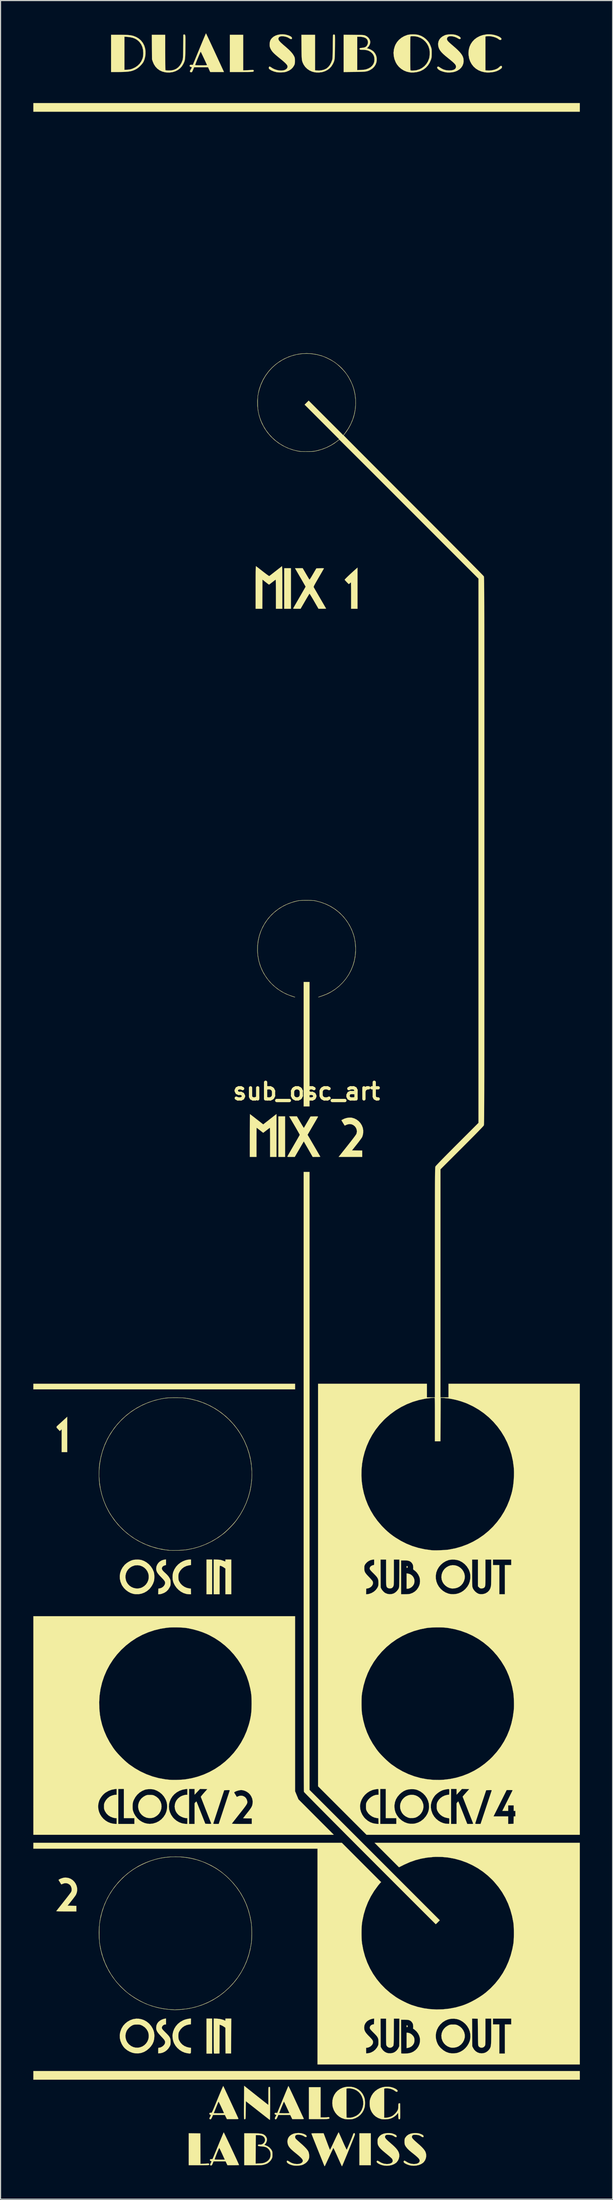
<source format=kicad_pcb>
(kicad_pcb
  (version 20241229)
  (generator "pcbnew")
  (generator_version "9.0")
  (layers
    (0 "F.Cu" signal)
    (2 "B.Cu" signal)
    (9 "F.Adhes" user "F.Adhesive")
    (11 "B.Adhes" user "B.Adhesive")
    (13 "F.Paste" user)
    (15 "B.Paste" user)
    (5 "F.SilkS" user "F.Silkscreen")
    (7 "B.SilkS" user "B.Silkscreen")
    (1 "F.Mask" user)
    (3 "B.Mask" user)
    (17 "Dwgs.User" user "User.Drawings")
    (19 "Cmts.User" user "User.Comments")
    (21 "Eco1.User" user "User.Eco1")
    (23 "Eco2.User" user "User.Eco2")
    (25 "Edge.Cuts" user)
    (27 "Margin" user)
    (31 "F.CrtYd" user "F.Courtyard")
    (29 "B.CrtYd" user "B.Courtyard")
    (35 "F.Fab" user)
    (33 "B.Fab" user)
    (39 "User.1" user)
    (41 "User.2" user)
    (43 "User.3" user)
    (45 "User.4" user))
  (footprint "sub_osc_art"
    (layer "F.Cu")
    (at 24.999 96.779)
    (property "Reference" "sub_osc_art" (at 0 0 0) (layer "F.SilkS") (effects (font (size 1.524 1.524) (thickness 0.3))))
    (attr through_hole)
    (fp_poly (pts (xy -8.636 45.999) (xy -9.144 45.999) (xy -9.144 42.824) (xy -8.636 42.824) (xy -8.636 45.999)) (stroke (width 0.01) (type solid)) (fill yes) (layer "F.SilkS"))
    (fp_poly (pts (xy -8.636 88.011) (xy -9.144 88.011) (xy -9.144 84.811) (xy -8.636 84.811) (xy -8.636 88.011)) (stroke (width 0.01) (type solid)) (fill yes) (layer "F.SilkS"))
    (fp_poly (pts (xy -1.956 5.994) (xy -2.565 5.994) (xy -2.565 2.286) (xy -1.956 2.286) (xy -1.956 5.994)) (stroke (width 0.01) (type solid)) (fill yes) (layer "F.SilkS"))
    (fp_poly (pts (xy -1.422 -44.145) (xy -2.032 -44.145) (xy -2.032 -47.854) (xy -1.422 -47.854) (xy -1.422 -44.145)) (stroke (width 0.01) (type solid)) (fill yes) (layer "F.SilkS"))
    (fp_poly (pts (xy -1.041 27.254) (xy -24.994 27.254) (xy -24.994 26.746) (xy -1.041 26.746) (xy -1.041 27.254)) (stroke (width 0.01) (type solid)) (fill yes) (layer "F.SilkS"))
    (fp_poly (pts (xy 0.279 1.372) (xy -0.254 1.372) (xy -0.254 -10.008) (xy 0.279 -10.008) (xy 0.279 1.372)) (stroke (width 0.01) (type solid)) (fill yes) (layer "F.SilkS"))
    (fp_poly (pts (xy 5.893 98.222) (xy 4.851 98.222) (xy 4.851 95.301) (xy 5.893 95.301) (xy 5.893 98.222)) (stroke (width 0.01) (type solid)) (fill yes) (layer "F.SilkS"))
    (fp_poly (pts (xy 25.019 -89.611) (xy -24.994 -89.611) (xy -24.994 -90.399) (xy 25.019 -90.399) (xy 25.019 -89.611)) (stroke (width 0.01) (type solid)) (fill yes) (layer "F.SilkS"))
    (fp_poly (pts (xy 25.019 90.399) (xy -24.994 90.399) (xy -24.994 89.611) (xy 25.019 89.611) (xy 25.019 90.399)) (stroke (width 0.01) (type solid)) (fill yes) (layer "F.SilkS"))
    (fp_poly (pts (xy 9.214 85.425) (xy 9.251 85.454) (xy 9.267 85.506) (xy 9.258 85.557) (xy 9.241 85.576) (xy 9.198 85.595) (xy 9.176 85.578) (xy 9.169 85.517) (xy 9.169 85.507) (xy 9.174 85.446) (xy 9.193 85.424) (xy 9.214 85.425)) (stroke (width 0.01) (type solid)) (fill yes) (layer "F.SilkS"))
    (fp_poly (pts (xy 9.235 43.427) (xy 9.241 43.431) (xy 9.266 43.471) (xy 9.263 43.526) (xy 9.236 43.571) (xy 9.214 43.582) (xy 9.184 43.577) (xy 9.171 43.541) (xy 9.169 43.499) (xy 9.175 43.433) (xy 9.194 43.411) (xy 9.235 43.427)) (stroke (width 0.01) (type solid)) (fill yes) (layer "F.SilkS"))
    (fp_poly (pts (xy 9.284 44.103) (xy 9.46 44.151) (xy 9.612 44.238) (xy 9.735 44.357) (xy 9.824 44.501) (xy 9.877 44.662) (xy 9.889 44.835) (xy 9.856 45.012) (xy 9.83 45.08) (xy 9.748 45.215) (xy 9.633 45.332) (xy 9.497 45.422) (xy 9.351 45.478) (xy 9.241 45.491) (xy 9.169 45.491) (xy 9.169 44.087) (xy 9.284 44.103)) (stroke (width 0.01) (type solid)) (fill yes) (layer "F.SilkS"))
    (fp_poly (pts (xy 9.265 86.106) (xy 9.397 86.129) (xy 9.532 86.192) (xy 9.66 86.286) (xy 9.769 86.403) (xy 9.845 86.531) (xy 9.877 86.652) (xy 9.887 86.797) (xy 9.874 86.943) (xy 9.839 87.069) (xy 9.837 87.074) (xy 9.741 87.229) (xy 9.609 87.354) (xy 9.446 87.443) (xy 9.277 87.49) (xy 9.169 87.507) (xy 9.169 86.106) (xy 9.265 86.106)) (stroke (width 0.01) (type solid)) (fill yes) (layer "F.SilkS"))
    (fp_poly (pts (xy -21.895 32.995) (xy -22.403 32.995) (xy -22.403 30.902) (xy -22.488 30.985) (xy -22.574 31.068) (xy -22.709 30.925) (xy -22.796 30.834) (xy -22.852 30.769) (xy -22.876 30.719) (xy -22.869 30.673) (xy -22.828 30.62) (xy -22.754 30.549) (xy -22.675 30.477) (xy -22.563 30.375) (xy -22.429 30.253) (xy -22.292 30.127) (xy -22.168 30.014) (xy -21.895 29.764) (xy -21.895 32.995)) (stroke (width 0.01) (type solid)) (fill yes) (layer "F.SilkS"))
    (fp_poly (pts (xy 1.295 93.853) (xy 1.569 93.853) (xy 1.691 93.851) (xy 1.804 93.845) (xy 1.891 93.836) (xy 1.927 93.828) (xy 2.013 93.818) (xy 2.077 93.839) (xy 2.107 93.887) (xy 2.108 93.901) (xy 2.104 93.927) (xy 2.09 93.949) (xy 2.06 93.966) (xy 2.011 93.979) (xy 1.937 93.989) (xy 1.835 93.997) (xy 1.699 94.001) (xy 1.525 94.004) (xy 1.308 94.005) (xy 1.104 94.005) (xy 0.229 94.005) (xy 0.229 91.084) (xy 1.295 91.084) (xy 1.295 93.853)) (stroke (width 0.01) (type solid)) (fill yes) (layer "F.SilkS"))
    (fp_poly (pts (xy -10.243 95.307) (xy -9.716 95.314) (xy -9.709 96.707) (xy -9.702 98.1) (xy -9.404 98.085) (xy -9.277 98.079) (xy -9.16 98.072) (xy -9.069 98.067) (xy -9.02 98.063) (xy -8.946 98.071) (xy -8.902 98.103) (xy -8.896 98.15) (xy -8.914 98.182) (xy -8.927 98.192) (xy -8.952 98.201) (xy -8.994 98.208) (xy -9.056 98.213) (xy -9.145 98.217) (xy -9.264 98.219) (xy -9.42 98.221) (xy -9.616 98.222) (xy -9.858 98.222) (xy -10.77 98.222) (xy -10.77 95.3) (xy -10.243 95.307)) (stroke (width 0.01) (type solid)) (fill yes) (layer "F.SilkS"))
    (fp_poly (pts (xy -5.791 -93.39) (xy -5.442 -93.406) (xy -5.301 -93.413) (xy -5.166 -93.419) (xy -5.052 -93.424) (xy -4.973 -93.428) (xy -4.966 -93.428) (xy -4.89 -93.429) (xy -4.851 -93.42) (xy -4.834 -93.395) (xy -4.83 -93.372) (xy -4.827 -93.342) (xy -4.83 -93.316) (xy -4.843 -93.296) (xy -4.871 -93.28) (xy -4.917 -93.267) (xy -4.987 -93.258) (xy -5.084 -93.252) (xy -5.213 -93.247) (xy -5.377 -93.245) (xy -5.582 -93.244) (xy -5.832 -93.243) (xy -5.961 -93.243) (xy -7.01 -93.243) (xy -7.01 -96.647) (xy -5.791 -96.647) (xy -5.791 -93.39)) (stroke (width 0.01) (type solid)) (fill yes) (layer "F.SilkS"))
    (fp_poly (pts (xy 13.587 43.349) (xy 13.786 43.403) (xy 13.97 43.494) (xy 14.135 43.617) (xy 14.275 43.766) (xy 14.385 43.939) (xy 14.46 44.129) (xy 14.495 44.333) (xy 14.485 44.545) (xy 14.481 44.569) (xy 14.415 44.798) (xy 14.309 44.999) (xy 14.167 45.169) (xy 13.996 45.305) (xy 13.798 45.402) (xy 13.579 45.458) (xy 13.344 45.469) (xy 13.277 45.463) (xy 13.08 45.417) (xy 12.889 45.328) (xy 12.716 45.202) (xy 12.568 45.046) (xy 12.459 44.871) (xy 12.382 44.661) (xy 12.353 44.448) (xy 12.368 44.236) (xy 12.424 44.033) (xy 12.518 43.844) (xy 12.648 43.676) (xy 12.811 43.534) (xy 13.003 43.425) (xy 13.166 43.368) (xy 13.379 43.335) (xy 13.587 43.349)) (stroke (width 0.01) (type solid)) (fill yes) (layer "F.SilkS"))
    (fp_poly (pts (xy 4.674 -44.145) (xy 4.089 -44.145) (xy 4.089 -45.352) (xy 4.089 -45.594) (xy 4.088 -45.82) (xy 4.086 -46.024) (xy 4.083 -46.203) (xy 4.08 -46.351) (xy 4.077 -46.462) (xy 4.073 -46.533) (xy 4.069 -46.558) (xy 4.069 -46.558) (xy 4.04 -46.541) (xy 3.992 -46.499) (xy 3.975 -46.482) (xy 3.924 -46.434) (xy 3.886 -46.408) (xy 3.879 -46.406) (xy 3.854 -46.423) (xy 3.804 -46.469) (xy 3.739 -46.534) (xy 3.667 -46.608) (xy 3.598 -46.682) (xy 3.541 -46.746) (xy 3.505 -46.792) (xy 3.5 -46.799) (xy 3.513 -46.823) (xy 3.561 -46.877) (xy 3.638 -46.956) (xy 3.74 -47.057) (xy 3.863 -47.175) (xy 4.002 -47.306) (xy 4.154 -47.446) (xy 4.314 -47.592) (xy 4.478 -47.738) (xy 4.578 -47.826) (xy 4.674 -47.91) (xy 4.674 -44.145)) (stroke (width 0.01) (type solid)) (fill yes) (layer "F.SilkS"))
    (fp_poly (pts (xy -8.198 84.817) (xy -7.988 84.838) (xy -7.783 84.877) (xy -7.599 84.932) (xy -7.465 84.99) (xy -7.434 85.001) (xy -7.42 84.983) (xy -7.417 84.927) (xy -7.417 84.913) (xy -7.417 84.811) (xy -6.883 84.811) (xy -6.89 86.404) (xy -6.896 87.998) (xy -7.404 87.998) (xy -7.411 86.824) (xy -7.417 85.649) (xy -7.525 85.569) (xy -7.671 85.478) (xy -7.83 85.405) (xy -7.893 85.383) (xy -7.95 85.366) (xy -7.963 87.998) (xy -8.205 88.006) (xy -8.312 88.007) (xy -8.399 88.005) (xy -8.453 87.999) (xy -8.466 87.995) (xy -8.469 87.967) (xy -8.472 87.893) (xy -8.475 87.776) (xy -8.477 87.622) (xy -8.479 87.435) (xy -8.481 87.219) (xy -8.482 86.978) (xy -8.483 86.716) (xy -8.484 86.439) (xy -8.484 86.39) (xy -8.484 84.804) (xy -8.198 84.817)) (stroke (width 0.01) (type solid)) (fill yes) (layer "F.SilkS"))
    (fp_poly (pts (xy 9.765 64.345) (xy 9.973 64.392) (xy 10.166 64.479) (xy 10.338 64.603) (xy 10.485 64.76) (xy 10.601 64.946) (xy 10.679 65.158) (xy 10.697 65.237) (xy 10.711 65.449) (xy 10.678 65.66) (xy 10.603 65.861) (xy 10.489 66.046) (xy 10.339 66.207) (xy 10.158 66.338) (xy 10.086 66.376) (xy 9.996 66.416) (xy 9.917 66.441) (xy 9.831 66.456) (xy 9.717 66.463) (xy 9.677 66.465) (xy 9.544 66.466) (xy 9.444 66.46) (xy 9.36 66.442) (xy 9.3 66.422) (xy 9.081 66.316) (xy 8.897 66.175) (xy 8.751 66) (xy 8.645 65.795) (xy 8.582 65.573) (xy 8.568 65.36) (xy 8.6 65.151) (xy 8.674 64.952) (xy 8.786 64.77) (xy 8.933 64.611) (xy 9.109 64.482) (xy 9.312 64.391) (xy 9.33 64.384) (xy 9.549 64.341) (xy 9.765 64.345)) (stroke (width 0.01) (type solid)) (fill yes) (layer "F.SilkS"))
    (fp_poly (pts (xy -8.172 42.83) (xy -8.028 42.837) (xy -7.918 42.848) (xy -7.826 42.865) (xy -7.735 42.891) (xy -7.647 42.922) (xy -7.551 42.958) (xy -7.476 42.985) (xy -7.432 43) (xy -7.425 43.002) (xy -7.419 42.98) (xy -7.417 42.925) (xy -7.417 42.913) (xy -7.417 42.824) (xy -6.883 42.824) (xy -6.883 45.999) (xy -7.417 45.999) (xy -7.417 43.646) (xy -7.53 43.565) (xy -7.63 43.499) (xy -7.735 43.443) (xy -7.829 43.402) (xy -7.899 43.384) (xy -7.906 43.384) (xy -7.916 43.386) (xy -7.924 43.396) (xy -7.931 43.417) (xy -7.936 43.455) (xy -7.941 43.512) (xy -7.944 43.592) (xy -7.947 43.701) (xy -7.948 43.841) (xy -7.949 44.018) (xy -7.95 44.234) (xy -7.95 44.495) (xy -7.95 44.691) (xy -7.95 45.999) (xy -8.484 45.999) (xy -8.484 42.818) (xy -8.172 42.83)) (stroke (width 0.01) (type solid)) (fill yes) (layer "F.SilkS"))
    (fp_poly (pts (xy -14.326 64.352) (xy -14.191 64.355) (xy -14.093 64.364) (xy -14.016 64.379) (xy -13.947 64.405) (xy -13.937 64.409) (xy -13.735 64.521) (xy -13.57 64.66) (xy -13.473 64.776) (xy -13.355 64.975) (xy -13.285 65.188) (xy -13.262 65.406) (xy -13.287 65.625) (xy -13.358 65.839) (xy -13.476 66.041) (xy -13.488 66.056) (xy -13.608 66.185) (xy -13.76 66.302) (xy -13.923 66.394) (xy -14.03 66.434) (xy -14.179 66.462) (xy -14.351 66.469) (xy -14.523 66.454) (xy -14.656 66.424) (xy -14.869 66.33) (xy -15.053 66.196) (xy -15.204 66.025) (xy -15.291 65.878) (xy -15.371 65.663) (xy -15.403 65.444) (xy -15.389 65.229) (xy -15.331 65.023) (xy -15.231 64.832) (xy -15.092 64.662) (xy -14.915 64.518) (xy -14.764 64.432) (xy -14.682 64.395) (xy -14.615 64.372) (xy -14.546 64.359) (xy -14.46 64.353) (xy -14.34 64.352) (xy -14.326 64.352)) (stroke (width 0.01) (type solid)) (fill yes) (layer "F.SilkS"))
    (fp_poly (pts (xy 13.55 85.358) (xy 13.641 85.363) (xy 13.712 85.374) (xy 13.777 85.395) (xy 13.853 85.427) (xy 13.876 85.439) (xy 14.066 85.554) (xy 14.226 85.704) (xy 14.353 85.88) (xy 14.443 86.075) (xy 14.491 86.283) (xy 14.493 86.495) (xy 14.482 86.572) (xy 14.416 86.795) (xy 14.305 86.998) (xy 14.156 87.174) (xy 13.972 87.316) (xy 13.855 87.38) (xy 13.695 87.436) (xy 13.514 87.467) (xy 13.333 87.472) (xy 13.171 87.448) (xy 13.157 87.445) (xy 12.934 87.356) (xy 12.742 87.229) (xy 12.583 87.066) (xy 12.463 86.873) (xy 12.383 86.653) (xy 12.365 86.566) (xy 12.352 86.346) (xy 12.386 86.132) (xy 12.465 85.93) (xy 12.585 85.747) (xy 12.742 85.588) (xy 12.933 85.461) (xy 12.966 85.444) (xy 13.047 85.405) (xy 13.113 85.38) (xy 13.178 85.366) (xy 13.258 85.359) (xy 13.368 85.357) (xy 13.423 85.357) (xy 13.55 85.358)) (stroke (width 0.01) (type solid)) (fill yes) (layer "F.SilkS"))
    (fp_poly (pts (xy -10.566 43.321) (xy -10.759 43.352) (xy -10.997 43.413) (xy -11.211 43.516) (xy -11.397 43.658) (xy -11.549 43.834) (xy -11.635 43.98) (xy -11.675 44.065) (xy -11.701 44.134) (xy -11.715 44.203) (xy -11.721 44.289) (xy -11.721 44.409) (xy -11.721 44.411) (xy -11.719 44.537) (xy -11.712 44.628) (xy -11.697 44.702) (xy -11.67 44.773) (xy -11.653 44.812) (xy -11.537 45.004) (xy -11.381 45.17) (xy -11.195 45.305) (xy -10.985 45.403) (xy -10.758 45.459) (xy -10.719 45.464) (xy -10.579 45.479) (xy -10.572 45.739) (xy -10.565 45.999) (xy -10.712 45.997) (xy -10.823 45.99) (xy -10.947 45.974) (xy -11.016 45.961) (xy -11.256 45.884) (xy -11.485 45.762) (xy -11.696 45.602) (xy -11.883 45.41) (xy -12.04 45.192) (xy -12.16 44.954) (xy -12.207 44.818) (xy -12.243 44.641) (xy -12.256 44.438) (xy -12.246 44.231) (xy -12.213 44.039) (xy -12.194 43.972) (xy -12.083 43.712) (xy -11.93 43.476) (xy -11.737 43.268) (xy -11.509 43.093) (xy -11.296 42.976) (xy -11.091 42.895) (xy -10.889 42.843) (xy -10.706 42.824) (xy -10.701 42.824) (xy -10.566 42.824) (xy -10.566 43.321)) (stroke (width 0.01) (type solid)) (fill yes) (layer "F.SilkS"))
    (fp_poly (pts (xy -10.572 85.071) (xy -10.579 85.331) (xy -10.732 85.348) (xy -10.962 85.398) (xy -11.176 85.494) (xy -11.367 85.63) (xy -11.528 85.802) (xy -11.652 86.001) (xy -11.685 86.074) (xy -11.706 86.14) (xy -11.717 86.215) (xy -11.722 86.314) (xy -11.722 86.398) (xy -11.721 86.52) (xy -11.714 86.608) (xy -11.7 86.68) (xy -11.674 86.751) (xy -11.641 86.824) (xy -11.52 87.022) (xy -11.361 87.188) (xy -11.17 87.32) (xy -10.951 87.414) (xy -10.762 87.458) (xy -10.565 87.489) (xy -10.572 87.744) (xy -10.575 87.862) (xy -10.584 87.94) (xy -10.605 87.985) (xy -10.649 88.004) (xy -10.724 88.002) (xy -10.838 87.988) (xy -10.88 87.983) (xy -11.137 87.924) (xy -11.382 87.82) (xy -11.609 87.677) (xy -11.812 87.499) (xy -11.983 87.293) (xy -12.115 87.064) (xy -12.166 86.938) (xy -12.214 86.773) (xy -12.246 86.594) (xy -12.261 86.422) (xy -12.257 86.287) (xy -12.199 86.004) (xy -12.097 85.742) (xy -11.951 85.504) (xy -11.766 85.294) (xy -11.542 85.115) (xy -11.283 84.969) (xy -11.273 84.965) (xy -11.153 84.918) (xy -11.011 84.875) (xy -10.864 84.84) (xy -10.731 84.817) (xy -10.643 84.811) (xy -10.565 84.811) (xy -10.572 85.071)) (stroke (width 0.01) (type solid)) (fill yes) (layer "F.SilkS"))
    (fp_poly (pts (xy 4.145 2.408) (xy 4.382 2.476) (xy 4.597 2.585) (xy 4.785 2.73) (xy 4.943 2.905) (xy 5.067 3.104) (xy 5.153 3.323) (xy 5.196 3.555) (xy 5.193 3.796) (xy 5.186 3.85) (xy 5.164 3.965) (xy 5.133 4.079) (xy 5.103 4.166) (xy 5.073 4.218) (xy 5.016 4.304) (xy 4.936 4.415) (xy 4.838 4.547) (xy 4.728 4.691) (xy 4.609 4.842) (xy 4.608 4.844) (xy 4.167 5.397) (xy 5.105 5.411) (xy 5.105 5.994) (xy 2.947 5.994) (xy 3.747 4.986) (xy 3.94 4.741) (xy 4.104 4.532) (xy 4.24 4.357) (xy 4.35 4.212) (xy 4.437 4.095) (xy 4.502 4.002) (xy 4.548 3.931) (xy 4.576 3.879) (xy 4.587 3.853) (xy 4.618 3.682) (xy 4.602 3.51) (xy 4.541 3.347) (xy 4.438 3.201) (xy 4.415 3.178) (xy 4.27 3.067) (xy 4.109 3.004) (xy 3.936 2.989) (xy 3.754 3.022) (xy 3.613 3.079) (xy 3.549 3.109) (xy 3.506 3.123) (xy 3.497 3.122) (xy 3.482 3.097) (xy 3.445 3.039) (xy 3.393 2.955) (xy 3.345 2.876) (xy 3.2 2.641) (xy 3.283 2.59) (xy 3.461 2.502) (xy 3.659 2.438) (xy 3.862 2.402) (xy 4.054 2.397) (xy 4.145 2.408)) (stroke (width 0.01) (type solid)) (fill yes) (layer "F.SilkS"))
    (fp_poly (pts (xy -12.852 43.322) (xy -12.969 43.353) (xy -13.094 43.406) (xy -13.182 43.484) (xy -13.228 43.582) (xy -13.233 43.635) (xy -13.221 43.71) (xy -13.182 43.789) (xy -13.111 43.878) (xy -13.004 43.985) (xy -12.941 44.041) (xy -12.763 44.211) (xy -12.628 44.367) (xy -12.531 44.516) (xy -12.513 44.552) (xy -12.473 44.639) (xy -12.45 44.713) (xy -12.438 44.791) (xy -12.434 44.894) (xy -12.433 44.947) (xy -12.435 45.062) (xy -12.443 45.146) (xy -12.461 45.218) (xy -12.494 45.299) (xy -12.529 45.37) (xy -12.655 45.571) (xy -12.816 45.735) (xy -13.012 45.862) (xy -13.242 45.952) (xy -13.276 45.962) (xy -13.369 45.983) (xy -13.454 45.996) (xy -13.494 45.999) (xy -13.565 45.999) (xy -13.558 45.739) (xy -13.551 45.479) (xy -13.43 45.462) (xy -13.281 45.418) (xy -13.146 45.334) (xy -13.035 45.221) (xy -12.961 45.089) (xy -12.951 45.06) (xy -12.934 44.984) (xy -12.934 44.914) (xy -12.955 44.843) (xy -13 44.763) (xy -13.073 44.67) (xy -13.178 44.555) (xy -13.286 44.444) (xy -13.441 44.283) (xy -13.559 44.145) (xy -13.645 44.024) (xy -13.703 43.912) (xy -13.737 43.802) (xy -13.751 43.687) (xy -13.752 43.64) (xy -13.727 43.456) (xy -13.658 43.284) (xy -13.552 43.13) (xy -13.413 43.001) (xy -13.249 42.903) (xy -13.066 42.843) (xy -12.989 42.831) (xy -12.852 42.817) (xy -12.852 43.322)) (stroke (width 0.01) (type solid)) (fill yes) (layer "F.SilkS"))
    (fp_poly (pts (xy -16.885 -96.646) (xy -16.652 -96.642) (xy -16.455 -96.635) (xy -16.289 -96.624) (xy -16.147 -96.608) (xy -16.023 -96.588) (xy -15.909 -96.562) (xy -15.837 -96.543) (xy -15.575 -96.44) (xy -15.342 -96.297) (xy -15.141 -96.119) (xy -14.975 -95.907) (xy -14.849 -95.666) (xy -14.769 -95.416) (xy -14.732 -95.166) (xy -14.73 -94.902) (xy -14.762 -94.638) (xy -14.825 -94.389) (xy -14.915 -94.175) (xy -14.996 -94.048) (xy -15.11 -93.909) (xy -15.245 -93.771) (xy -15.387 -93.644) (xy -15.526 -93.543) (xy -15.579 -93.511) (xy -15.711 -93.443) (xy -15.845 -93.387) (xy -15.986 -93.341) (xy -16.14 -93.306) (xy -16.315 -93.28) (xy -16.517 -93.262) (xy -16.752 -93.25) (xy -17.027 -93.244) (xy -17.246 -93.243) (xy -17.882 -93.243) (xy -17.882 -93.439) (xy -16.662 -93.439) (xy -16.402 -93.453) (xy -16.235 -93.467) (xy -16.096 -93.492) (xy -15.963 -93.532) (xy -15.952 -93.536) (xy -15.69 -93.656) (xy -15.462 -93.81) (xy -15.271 -93.997) (xy -15.12 -94.213) (xy -15.01 -94.457) (xy -14.974 -94.576) (xy -14.955 -94.678) (xy -14.942 -94.811) (xy -14.935 -94.954) (xy -14.935 -94.986) (xy -14.956 -95.275) (xy -15.02 -95.536) (xy -15.127 -95.77) (xy -15.277 -95.978) (xy -15.373 -96.077) (xy -15.534 -96.204) (xy -15.713 -96.304) (xy -15.918 -96.378) (xy -16.156 -96.429) (xy -16.426 -96.459) (xy -16.662 -96.476) (xy -16.662 -93.439) (xy -17.882 -93.439) (xy -17.882 -96.647) (xy -17.163 -96.647) (xy -16.885 -96.646)) (stroke (width 0.01) (type solid)) (fill yes) (layer "F.SilkS"))
    (fp_poly (pts (xy 17.016 -96.665) (xy 17.24 -96.619) (xy 17.448 -96.555) (xy 17.628 -96.476) (xy 17.714 -96.424) (xy 17.803 -96.354) (xy 17.847 -96.296) (xy 17.852 -96.245) (xy 17.841 -96.222) (xy 17.787 -96.176) (xy 17.714 -96.173) (xy 17.63 -96.212) (xy 17.595 -96.239) (xy 17.465 -96.328) (xy 17.298 -96.404) (xy 17.107 -96.463) (xy 16.905 -96.504) (xy 16.707 -96.521) (xy 16.523 -96.514) (xy 16.462 -96.504) (xy 16.383 -96.488) (xy 16.383 -93.399) (xy 16.525 -93.382) (xy 16.714 -93.374) (xy 16.924 -93.39) (xy 17.132 -93.43) (xy 17.244 -93.462) (xy 17.394 -93.519) (xy 17.509 -93.58) (xy 17.608 -93.656) (xy 17.671 -93.717) (xy 17.747 -93.779) (xy 17.816 -93.803) (xy 17.869 -93.787) (xy 17.897 -93.739) (xy 17.893 -93.658) (xy 17.873 -93.614) (xy 17.822 -93.561) (xy 17.736 -93.497) (xy 17.627 -93.43) (xy 17.507 -93.367) (xy 17.404 -93.322) (xy 17.208 -93.262) (xy 16.982 -93.221) (xy 16.74 -93.2) (xy 16.502 -93.201) (xy 16.307 -93.221) (xy 16.009 -93.294) (xy 15.739 -93.407) (xy 15.499 -93.558) (xy 15.292 -93.745) (xy 15.121 -93.964) (xy 14.987 -94.212) (xy 14.893 -94.486) (xy 14.843 -94.783) (xy 14.834 -94.978) (xy 14.857 -95.27) (xy 14.926 -95.542) (xy 15.037 -95.792) (xy 15.188 -96.018) (xy 15.375 -96.216) (xy 15.597 -96.383) (xy 15.849 -96.518) (xy 16.129 -96.616) (xy 16.435 -96.676) (xy 16.573 -96.689) (xy 16.79 -96.689) (xy 17.016 -96.665)) (stroke (width 0.01) (type solid)) (fill yes) (layer "F.SilkS"))
    (fp_poly (pts (xy -21.976 71.916) (xy -21.759 71.955) (xy -21.562 72.036) (xy -21.389 72.154) (xy -21.242 72.301) (xy -21.124 72.474) (xy -21.04 72.664) (xy -20.993 72.868) (xy -20.985 73.078) (xy -21.021 73.288) (xy -21.097 73.482) (xy -21.13 73.536) (xy -21.19 73.621) (xy -21.27 73.73) (xy -21.366 73.856) (xy -21.472 73.991) (xy -21.512 74.041) (xy -21.869 74.486) (xy -21.057 74.499) (xy -21.057 75.006) (xy -21.985 75.006) (xy -22.2 75.006) (xy -22.395 75.004) (xy -22.566 75.001) (xy -22.707 74.998) (xy -22.814 74.994) (xy -22.88 74.989) (xy -22.9 74.984) (xy -22.882 74.96) (xy -22.835 74.901) (xy -22.764 74.81) (xy -22.671 74.692) (xy -22.56 74.552) (xy -22.434 74.393) (xy -22.296 74.219) (xy -22.223 74.127) (xy -22.08 73.946) (xy -21.945 73.774) (xy -21.823 73.616) (xy -21.717 73.478) (xy -21.631 73.363) (xy -21.568 73.276) (xy -21.531 73.222) (xy -21.524 73.21) (xy -21.49 73.078) (xy -21.491 72.932) (xy -21.524 72.788) (xy -21.585 72.659) (xy -21.67 72.561) (xy -21.677 72.555) (xy -21.832 72.462) (xy -21.989 72.421) (xy -22.15 72.429) (xy -22.299 72.48) (xy -22.372 72.512) (xy -22.423 72.533) (xy -22.44 72.537) (xy -22.455 72.513) (xy -22.49 72.457) (xy -22.539 72.377) (xy -22.568 72.329) (xy -22.692 72.129) (xy -22.634 72.082) (xy -22.583 72.053) (xy -22.499 72.016) (xy -22.398 71.978) (xy -22.369 71.969) (xy -22.248 71.934) (xy -22.151 71.916) (xy -22.055 71.912) (xy -21.976 71.916)) (stroke (width 0.01) (type solid)) (fill yes) (layer "F.SilkS"))
    (fp_poly (pts (xy -12.852 85.344) (xy -12.917 85.344) (xy -13.018 85.365) (xy -13.112 85.42) (xy -13.186 85.498) (xy -13.228 85.587) (xy -13.233 85.628) (xy -13.23 85.677) (xy -13.217 85.724) (xy -13.19 85.774) (xy -13.143 85.835) (xy -13.073 85.912) (xy -12.973 86.013) (xy -12.879 86.106) (xy -12.734 86.252) (xy -12.623 86.374) (xy -12.543 86.481) (xy -12.489 86.582) (xy -12.455 86.685) (xy -12.438 86.8) (xy -12.433 86.933) (xy -12.433 86.945) (xy -12.435 87.063) (xy -12.442 87.149) (xy -12.458 87.219) (xy -12.486 87.292) (xy -12.518 87.358) (xy -12.634 87.542) (xy -12.785 87.702) (xy -12.961 87.832) (xy -13.155 87.925) (xy -13.356 87.975) (xy -13.396 87.979) (xy -13.564 87.993) (xy -13.564 87.735) (xy -13.563 87.619) (xy -13.56 87.544) (xy -13.553 87.502) (xy -13.539 87.483) (xy -13.517 87.478) (xy -13.505 87.478) (xy -13.375 87.456) (xy -13.243 87.397) (xy -13.121 87.311) (xy -13.021 87.207) (xy -12.958 87.094) (xy -12.953 87.078) (xy -12.935 87.002) (xy -12.934 86.933) (xy -12.952 86.864) (xy -12.993 86.786) (xy -13.06 86.695) (xy -13.158 86.583) (xy -13.289 86.443) (xy -13.292 86.44) (xy -13.44 86.281) (xy -13.554 86.148) (xy -13.638 86.034) (xy -13.695 85.931) (xy -13.731 85.832) (xy -13.749 85.73) (xy -13.753 85.636) (xy -13.729 85.441) (xy -13.66 85.267) (xy -13.546 85.115) (xy -13.388 84.987) (xy -13.249 84.911) (xy -13.146 84.87) (xy -13.041 84.837) (xy -12.973 84.822) (xy -12.852 84.805) (xy -12.852 85.344)) (stroke (width 0.01) (type solid)) (fill yes) (layer "F.SilkS"))
    (fp_poly (pts (xy -2.743 5.994) (xy -3.327 5.994) (xy -3.327 4.661) (xy -3.328 4.406) (xy -3.329 4.167) (xy -3.33 3.949) (xy -3.332 3.756) (xy -3.335 3.593) (xy -3.338 3.465) (xy -3.341 3.376) (xy -3.345 3.332) (xy -3.346 3.328) (xy -3.372 3.343) (xy -3.43 3.384) (xy -3.512 3.445) (xy -3.612 3.522) (xy -3.656 3.556) (xy -3.759 3.637) (xy -3.848 3.705) (xy -3.914 3.755) (xy -3.951 3.782) (xy -3.956 3.785) (xy -3.979 3.77) (xy -4.034 3.729) (xy -4.114 3.667) (xy -4.212 3.591) (xy -4.256 3.556) (xy -4.359 3.475) (xy -4.448 3.406) (xy -4.515 3.356) (xy -4.553 3.33) (xy -4.558 3.327) (xy -4.561 3.352) (xy -4.563 3.423) (xy -4.566 3.535) (xy -4.568 3.684) (xy -4.569 3.865) (xy -4.571 4.073) (xy -4.571 4.304) (xy -4.572 4.553) (xy -4.572 4.661) (xy -4.572 5.994) (xy -5.182 5.994) (xy -5.182 4.039) (xy -5.181 3.728) (xy -5.181 3.433) (xy -5.18 3.157) (xy -5.179 2.904) (xy -5.178 2.678) (xy -5.177 2.482) (xy -5.175 2.321) (xy -5.173 2.198) (xy -5.171 2.118) (xy -5.169 2.084) (xy -5.169 2.083) (xy -5.146 2.098) (xy -5.089 2.14) (xy -5.002 2.207) (xy -4.89 2.293) (xy -4.758 2.395) (xy -4.611 2.51) (xy -4.556 2.552) (xy -3.956 3.022) (xy -3.864 2.95) (xy -3.816 2.912) (xy -3.736 2.849) (xy -3.631 2.767) (xy -3.509 2.672) (xy -3.378 2.569) (xy -3.353 2.549) (xy -3.221 2.446) (xy -3.096 2.348) (xy -2.987 2.263) (xy -2.9 2.196) (xy -2.845 2.153) (xy -2.838 2.149) (xy -2.743 2.077) (xy -2.743 5.994)) (stroke (width 0.01) (type solid)) (fill yes) (layer "F.SilkS"))
    (fp_poly (pts (xy -11.143 -96.668) (xy -11.123 -96.656) (xy -11.106 -96.631) (xy -11.094 -96.587) (xy -11.086 -96.522) (xy -11.08 -96.429) (xy -11.077 -96.306) (xy -11.076 -96.147) (xy -11.077 -95.949) (xy -11.079 -95.707) (xy -11.081 -95.537) (xy -11.084 -95.26) (xy -11.087 -95.029) (xy -11.092 -94.837) (xy -11.097 -94.679) (xy -11.105 -94.549) (xy -11.116 -94.442) (xy -11.131 -94.351) (xy -11.15 -94.272) (xy -11.174 -94.198) (xy -11.204 -94.124) (xy -11.24 -94.044) (xy -11.271 -93.98) (xy -11.4 -93.767) (xy -11.566 -93.583) (xy -11.765 -93.432) (xy -11.991 -93.316) (xy -12.239 -93.237) (xy -12.505 -93.197) (xy -12.782 -93.2) (xy -12.935 -93.219) (xy -13.199 -93.288) (xy -13.438 -93.399) (xy -13.647 -93.551) (xy -13.825 -93.741) (xy -13.968 -93.966) (xy -14.065 -94.194) (xy -14.134 -94.399) (xy -14.142 -95.523) (xy -14.151 -96.647) (xy -13.54 -96.647) (xy -12.929 -96.647) (xy -12.929 -95.036) (xy -12.928 -94.679) (xy -12.927 -94.371) (xy -12.926 -94.11) (xy -12.924 -93.894) (xy -12.921 -93.72) (xy -12.917 -93.586) (xy -12.913 -93.491) (xy -12.907 -93.432) (xy -12.901 -93.407) (xy -12.9 -93.407) (xy -12.863 -93.397) (xy -12.789 -93.388) (xy -12.691 -93.379) (xy -12.653 -93.377) (xy -12.385 -93.384) (xy -12.143 -93.435) (xy -11.927 -93.529) (xy -11.738 -93.666) (xy -11.577 -93.845) (xy -11.444 -94.065) (xy -11.351 -94.297) (xy -11.337 -94.342) (xy -11.325 -94.386) (xy -11.315 -94.435) (xy -11.308 -94.493) (xy -11.301 -94.565) (xy -11.296 -94.658) (xy -11.292 -94.776) (xy -11.288 -94.924) (xy -11.285 -95.108) (xy -11.282 -95.333) (xy -11.279 -95.567) (xy -11.265 -96.66) (xy -11.199 -96.667) (xy -11.169 -96.67) (xy -11.143 -96.668)) (stroke (width 0.01) (type solid)) (fill yes) (layer "F.SilkS"))
    (fp_poly (pts (xy -4.6 91.835) (xy -4.394 91.998) (xy -4.2 92.151) (xy -4.023 92.291) (xy -3.864 92.416) (xy -3.729 92.523) (xy -3.62 92.608) (xy -3.541 92.669) (xy -3.496 92.704) (xy -3.487 92.71) (xy -3.485 92.686) (xy -3.483 92.616) (xy -3.482 92.509) (xy -3.481 92.368) (xy -3.481 92.201) (xy -3.481 92.014) (xy -3.481 91.912) (xy -3.482 91.715) (xy -3.481 91.533) (xy -3.479 91.375) (xy -3.477 91.245) (xy -3.474 91.149) (xy -3.47 91.096) (xy -3.468 91.086) (xy -3.428 91.062) (xy -3.374 91.065) (xy -3.336 91.091) (xy -3.332 91.121) (xy -3.329 91.196) (xy -3.327 91.31) (xy -3.325 91.458) (xy -3.323 91.634) (xy -3.322 91.834) (xy -3.322 92.051) (xy -3.322 92.281) (xy -3.323 92.518) (xy -3.324 92.756) (xy -3.325 92.99) (xy -3.327 93.215) (xy -3.329 93.426) (xy -3.332 93.616) (xy -3.335 93.781) (xy -3.338 93.915) (xy -3.342 94.013) (xy -3.346 94.069) (xy -3.349 94.08) (xy -3.371 94.065) (xy -3.43 94.021) (xy -3.521 93.951) (xy -3.641 93.858) (xy -3.787 93.745) (xy -3.953 93.615) (xy -4.138 93.471) (xy -4.336 93.315) (xy -4.458 93.219) (xy -5.55 92.36) (xy -5.557 93.169) (xy -5.559 93.393) (xy -5.561 93.572) (xy -5.563 93.71) (xy -5.566 93.814) (xy -5.571 93.889) (xy -5.577 93.939) (xy -5.584 93.972) (xy -5.595 93.991) (xy -5.608 94.002) (xy -5.617 94.007) (xy -5.666 94.022) (xy -5.699 94.002) (xy -5.706 93.979) (xy -5.711 93.927) (xy -5.715 93.843) (xy -5.718 93.723) (xy -5.72 93.566) (xy -5.72 93.369) (xy -5.72 93.129) (xy -5.718 92.844) (xy -5.716 92.511) (xy -5.715 92.463) (xy -5.702 90.959) (xy -4.6 91.835)) (stroke (width 0.01) (type solid)) (fill yes) (layer "F.SilkS"))
    (fp_poly (pts (xy -15.261 42.837) (xy -15.127 42.859) (xy -15.113 42.862) (xy -14.866 42.953) (xy -14.633 43.087) (xy -14.423 43.258) (xy -14.24 43.46) (xy -14.091 43.685) (xy -13.984 43.928) (xy -13.957 44.018) (xy -13.934 44.147) (xy -13.922 44.306) (xy -13.922 44.476) (xy -13.932 44.639) (xy -13.954 44.775) (xy -13.958 44.791) (xy -14.039 45.017) (xy -14.159 45.239) (xy -14.309 45.443) (xy -14.389 45.529) (xy -14.606 45.711) (xy -14.846 45.849) (xy -15.104 45.943) (xy -15.374 45.991) (xy -15.65 45.99) (xy -15.845 45.96) (xy -16.08 45.885) (xy -16.308 45.766) (xy -16.519 45.611) (xy -16.705 45.426) (xy -16.857 45.219) (xy -16.912 45.12) (xy -17.019 44.853) (xy -17.077 44.582) (xy -17.08 44.506) (xy -16.563 44.506) (xy -16.519 44.725) (xy -16.464 44.868) (xy -16.349 45.055) (xy -16.2 45.211) (xy -16.024 45.333) (xy -15.828 45.418) (xy -15.619 45.465) (xy -15.404 45.47) (xy -15.191 45.43) (xy -15.05 45.376) (xy -14.856 45.258) (xy -14.695 45.106) (xy -14.569 44.928) (xy -14.482 44.728) (xy -14.436 44.516) (xy -14.435 44.296) (xy -14.475 44.1) (xy -14.562 43.893) (xy -14.687 43.714) (xy -14.844 43.565) (xy -15.026 43.45) (xy -15.226 43.374) (xy -15.438 43.339) (xy -15.656 43.349) (xy -15.748 43.368) (xy -15.966 43.448) (xy -16.154 43.565) (xy -16.311 43.713) (xy -16.433 43.887) (xy -16.517 44.082) (xy -16.562 44.29) (xy -16.563 44.506) (xy -17.08 44.506) (xy -17.086 44.311) (xy -17.047 44.046) (xy -16.961 43.79) (xy -16.829 43.548) (xy -16.65 43.324) (xy -16.61 43.282) (xy -16.44 43.138) (xy -16.242 43.011) (xy -16.035 42.913) (xy -15.888 42.864) (xy -15.756 42.84) (xy -15.594 42.828) (xy -15.423 42.827) (xy -15.261 42.837)) (stroke (width 0.01) (type solid)) (fill yes) (layer "F.SilkS"))
    (fp_poly (pts (xy 2.572 -96.659) (xy 2.605 -96.612) (xy 2.608 -96.574) (xy 2.61 -96.491) (xy 2.612 -96.369) (xy 2.613 -96.213) (xy 2.613 -96.029) (xy 2.612 -95.823) (xy 2.611 -95.601) (xy 2.61 -95.513) (xy 2.607 -95.239) (xy 2.604 -95.009) (xy 2.6 -94.819) (xy 2.594 -94.662) (xy 2.585 -94.533) (xy 2.574 -94.427) (xy 2.559 -94.337) (xy 2.539 -94.258) (xy 2.514 -94.185) (xy 2.483 -94.11) (xy 2.445 -94.03) (xy 2.421 -93.98) (xy 2.288 -93.763) (xy 2.119 -93.578) (xy 1.918 -93.427) (xy 1.689 -93.312) (xy 1.438 -93.234) (xy 1.168 -93.197) (xy 0.886 -93.202) (xy 0.745 -93.22) (xy 0.503 -93.285) (xy 0.274 -93.39) (xy 0.068 -93.532) (xy -0.108 -93.705) (xy -0.247 -93.903) (xy -0.278 -93.963) (xy -0.316 -94.041) (xy -0.347 -94.111) (xy -0.372 -94.179) (xy -0.393 -94.25) (xy -0.409 -94.329) (xy -0.422 -94.423) (xy -0.431 -94.536) (xy -0.438 -94.673) (xy -0.443 -94.841) (xy -0.446 -95.044) (xy -0.449 -95.288) (xy -0.451 -95.536) (xy -0.46 -96.647) (xy 0.164 -96.647) (xy 0.787 -96.647) (xy 0.787 -93.399) (xy 0.931 -93.382) (xy 1.155 -93.373) (xy 1.383 -93.398) (xy 1.6 -93.454) (xy 1.791 -93.539) (xy 1.829 -93.561) (xy 1.994 -93.695) (xy 2.139 -93.874) (xy 2.26 -94.095) (xy 2.339 -94.297) (xy 2.354 -94.342) (xy 2.365 -94.386) (xy 2.375 -94.433) (xy 2.383 -94.488) (xy 2.389 -94.559) (xy 2.394 -94.648) (xy 2.397 -94.763) (xy 2.4 -94.907) (xy 2.403 -95.087) (xy 2.405 -95.307) (xy 2.407 -95.554) (xy 2.41 -95.838) (xy 2.413 -96.075) (xy 2.417 -96.266) (xy 2.422 -96.415) (xy 2.427 -96.526) (xy 2.434 -96.6) (xy 2.441 -96.642) (xy 2.447 -96.653) (xy 2.513 -96.674) (xy 2.572 -96.659)) (stroke (width 0.01) (type solid)) (fill yes) (layer "F.SilkS"))
    (fp_poly (pts (xy -4.589 -48.02) (xy -4.527 -47.973) (xy -4.435 -47.903) (xy -4.32 -47.813) (xy -4.186 -47.709) (xy -4.039 -47.594) (xy -4.005 -47.567) (xy -3.814 -47.419) (xy -3.66 -47.303) (xy -3.542 -47.218) (xy -3.46 -47.163) (xy -3.41 -47.138) (xy -3.395 -47.137) (xy -3.368 -47.159) (xy -3.306 -47.207) (xy -3.215 -47.278) (xy -3.101 -47.367) (xy -2.969 -47.471) (xy -2.824 -47.584) (xy -2.819 -47.587) (xy -2.674 -47.701) (xy -2.541 -47.804) (xy -2.426 -47.894) (xy -2.334 -47.966) (xy -2.271 -48.015) (xy -2.242 -48.038) (xy -2.242 -48.038) (xy -2.235 -48.034) (xy -2.23 -48.009) (xy -2.226 -47.961) (xy -2.222 -47.886) (xy -2.219 -47.783) (xy -2.216 -47.648) (xy -2.214 -47.478) (xy -2.212 -47.271) (xy -2.211 -47.023) (xy -2.21 -46.733) (xy -2.21 -46.396) (xy -2.21 -46.104) (xy -2.21 -44.145) (xy -2.794 -44.145) (xy -2.794 -45.479) (xy -2.794 -45.734) (xy -2.795 -45.973) (xy -2.797 -46.191) (xy -2.799 -46.384) (xy -2.802 -46.546) (xy -2.805 -46.674) (xy -2.808 -46.763) (xy -2.812 -46.807) (xy -2.813 -46.812) (xy -2.839 -46.797) (xy -2.897 -46.755) (xy -2.979 -46.694) (xy -3.078 -46.617) (xy -3.121 -46.583) (xy -3.225 -46.502) (xy -3.314 -46.434) (xy -3.382 -46.384) (xy -3.421 -46.358) (xy -3.426 -46.355) (xy -3.451 -46.37) (xy -3.507 -46.412) (xy -3.589 -46.473) (xy -3.688 -46.55) (xy -3.734 -46.586) (xy -4.026 -46.817) (xy -4.032 -45.481) (xy -4.039 -44.145) (xy -4.648 -44.145) (xy -4.648 -46.102) (xy -4.648 -46.476) (xy -4.648 -46.802) (xy -4.647 -47.083) (xy -4.645 -47.321) (xy -4.644 -47.52) (xy -4.641 -47.682) (xy -4.639 -47.81) (xy -4.635 -47.907) (xy -4.631 -47.975) (xy -4.626 -48.018) (xy -4.621 -48.038) (xy -4.616 -48.04) (xy -4.589 -48.02)) (stroke (width 0.01) (type solid)) (fill yes) (layer "F.SilkS"))
    (fp_poly (pts (xy 4.065 91.048) (xy 4.329 91.098) (xy 4.572 91.191) (xy 4.791 91.323) (xy 4.981 91.492) (xy 5.138 91.695) (xy 5.26 91.93) (xy 5.322 92.114) (xy 5.348 92.26) (xy 5.361 92.435) (xy 5.361 92.62) (xy 5.348 92.796) (xy 5.322 92.939) (xy 5.23 93.195) (xy 5.097 93.424) (xy 4.926 93.623) (xy 4.72 93.788) (xy 4.485 93.915) (xy 4.256 93.992) (xy 4.122 94.015) (xy 3.958 94.026) (xy 3.782 94.026) (xy 3.615 94.014) (xy 3.474 93.991) (xy 3.471 93.991) (xy 3.227 93.906) (xy 3.004 93.779) (xy 2.808 93.613) (xy 2.642 93.415) (xy 2.511 93.189) (xy 2.421 92.94) (xy 2.396 92.833) (xy 2.367 92.557) (xy 2.383 92.29) (xy 2.441 92.036) (xy 2.541 91.801) (xy 2.679 91.59) (xy 2.854 91.408) (xy 3.063 91.26) (xy 3.112 91.233) (xy 3.153 91.214) (xy 3.658 91.214) (xy 3.658 92.529) (xy 3.658 92.783) (xy 3.659 93.021) (xy 3.66 93.239) (xy 3.662 93.432) (xy 3.665 93.595) (xy 3.667 93.724) (xy 3.67 93.813) (xy 3.673 93.857) (xy 3.675 93.861) (xy 3.706 93.869) (xy 3.776 93.875) (xy 3.87 93.878) (xy 3.905 93.878) (xy 4.062 93.871) (xy 4.2 93.847) (xy 4.311 93.814) (xy 4.547 93.712) (xy 4.746 93.578) (xy 4.911 93.407) (xy 5.045 93.198) (xy 5.066 93.154) (xy 5.159 92.906) (xy 5.203 92.646) (xy 5.196 92.379) (xy 5.157 92.165) (xy 5.069 91.921) (xy 4.943 91.706) (xy 4.781 91.524) (xy 4.586 91.379) (xy 4.362 91.272) (xy 4.113 91.208) (xy 4.011 91.195) (xy 3.907 91.189) (xy 3.809 91.19) (xy 3.749 91.196) (xy 3.658 91.214) (xy 3.153 91.214) (xy 3.313 91.14) (xy 3.506 91.082) (xy 3.714 91.049) (xy 3.785 91.044) (xy 4.065 91.048)) (stroke (width 0.01) (type solid)) (fill yes) (layer "F.SilkS"))
    (fp_poly (pts (xy -15.333 84.824) (xy -15.076 84.876) (xy -14.831 84.97) (xy -14.603 85.104) (xy -14.397 85.276) (xy -14.219 85.483) (xy -14.082 85.706) (xy -13.998 85.897) (xy -13.946 86.084) (xy -13.922 86.286) (xy -13.919 86.406) (xy -13.938 86.675) (xy -13.995 86.917) (xy -14.094 87.14) (xy -14.239 87.352) (xy -14.388 87.517) (xy -14.611 87.708) (xy -14.85 87.851) (xy -15.104 87.946) (xy -15.371 87.992) (xy -15.653 87.989) (xy -15.684 87.986) (xy -15.928 87.935) (xy -16.171 87.84) (xy -16.399 87.709) (xy -16.601 87.547) (xy -16.685 87.46) (xy -16.759 87.367) (xy -16.837 87.25) (xy -16.905 87.132) (xy -16.916 87.112) (xy -17.024 86.847) (xy -17.081 86.582) (xy -17.086 86.368) (xy -16.567 86.368) (xy -16.552 86.586) (xy -16.494 86.796) (xy -16.394 86.99) (xy -16.255 87.159) (xy -16.244 87.169) (xy -16.055 87.317) (xy -15.85 87.417) (xy -15.633 87.469) (xy -15.406 87.471) (xy -15.228 87.439) (xy -15.019 87.36) (xy -14.837 87.243) (xy -14.684 87.094) (xy -14.565 86.921) (xy -14.481 86.728) (xy -14.436 86.522) (xy -14.433 86.31) (xy -14.474 86.097) (xy -14.525 85.966) (xy -14.645 85.766) (xy -14.802 85.601) (xy -14.997 85.47) (xy -15.033 85.451) (xy -15.12 85.41) (xy -15.188 85.383) (xy -15.253 85.367) (xy -15.329 85.359) (xy -15.433 85.357) (xy -15.506 85.357) (xy -15.635 85.358) (xy -15.728 85.363) (xy -15.8 85.375) (xy -15.864 85.395) (xy -15.933 85.426) (xy -16.086 85.518) (xy -16.235 85.644) (xy -16.365 85.79) (xy -16.461 85.94) (xy -16.462 85.943) (xy -16.537 86.151) (xy -16.567 86.368) (xy -17.086 86.368) (xy -17.088 86.316) (xy -17.044 86.048) (xy -16.949 85.777) (xy -16.913 85.7) (xy -16.774 85.471) (xy -16.594 85.269) (xy -16.381 85.097) (xy -16.141 84.961) (xy -15.88 84.866) (xy -15.86 84.861) (xy -15.596 84.819) (xy -15.333 84.824)) (stroke (width 0.01) (type solid)) (fill yes) (layer "F.SilkS"))
    (fp_poly (pts (xy -0.561 2.82) (xy -0.474 2.968) (xy -0.395 3.099) (xy -0.329 3.207) (xy -0.278 3.288) (xy -0.246 3.335) (xy -0.237 3.344) (xy -0.222 3.32) (xy -0.185 3.258) (xy -0.129 3.165) (xy -0.06 3.046) (xy 0.02 2.909) (xy 0.074 2.816) (xy 0.375 2.299) (xy 0.724 2.292) (xy 0.868 2.29) (xy 0.967 2.291) (xy 1.027 2.296) (xy 1.056 2.305) (xy 1.06 2.317) (xy 1.044 2.346) (xy 1.006 2.413) (xy 0.948 2.514) (xy 0.874 2.644) (xy 0.785 2.797) (xy 0.685 2.969) (xy 0.578 3.154) (xy 0.574 3.16) (xy 0.102 3.97) (xy 0.68 4.961) (xy 0.799 5.166) (xy 0.91 5.357) (xy 1.011 5.531) (xy 1.098 5.682) (xy 1.17 5.806) (xy 1.224 5.899) (xy 1.257 5.957) (xy 1.266 5.974) (xy 1.245 5.981) (xy 1.182 5.987) (xy 1.087 5.992) (xy 0.967 5.994) (xy 0.923 5.994) (xy 0.572 5.993) (xy 0.318 5.547) (xy 0.227 5.389) (xy 0.133 5.224) (xy 0.042 5.067) (xy -0.037 4.93) (xy -0.09 4.837) (xy -0.244 4.573) (xy -1.071 5.994) (xy -1.414 5.994) (xy -1.554 5.994) (xy -1.65 5.991) (xy -1.709 5.985) (xy -1.738 5.976) (xy -1.745 5.963) (xy -1.744 5.957) (xy -1.728 5.928) (xy -1.69 5.859) (xy -1.632 5.756) (xy -1.556 5.623) (xy -1.465 5.465) (xy -1.362 5.286) (xy -1.249 5.092) (xy -1.17 4.954) (xy -1.053 4.752) (xy -0.944 4.564) (xy -0.846 4.393) (xy -0.762 4.246) (xy -0.694 4.125) (xy -0.644 4.037) (xy -0.616 3.984) (xy -0.61 3.972) (xy -0.622 3.944) (xy -0.658 3.876) (xy -0.714 3.775) (xy -0.788 3.644) (xy -0.877 3.488) (xy -0.978 3.312) (xy -1.089 3.121) (xy -1.206 2.921) (xy -1.287 2.784) (xy -1.363 2.653) (xy -1.43 2.539) (xy -1.482 2.45) (xy -1.507 2.407) (xy -1.577 2.286) (xy -0.873 2.286) (xy -0.561 2.82)) (stroke (width 0.01) (type solid)) (fill yes) (layer "F.SilkS"))
    (fp_poly (pts (xy -0.58 95.286) (xy -0.423 95.312) (xy -0.279 95.352) (xy -0.156 95.403) (xy -0.059 95.461) (xy 0.003 95.524) (xy 0.022 95.587) (xy 0.021 95.597) (xy -0.008 95.64) (xy -0.064 95.649) (xy -0.137 95.625) (xy -0.189 95.592) (xy -0.298 95.528) (xy -0.43 95.478) (xy -0.572 95.444) (xy -0.713 95.429) (xy -0.839 95.433) (xy -0.939 95.459) (xy -0.974 95.48) (xy -1.028 95.552) (xy -1.041 95.643) (xy -1.015 95.741) (xy -0.988 95.788) (xy -0.951 95.829) (xy -0.883 95.896) (xy -0.791 95.981) (xy -0.683 96.077) (xy -0.6 96.15) (xy -0.363 96.36) (xy -0.166 96.548) (xy -0.01 96.713) (xy 0.104 96.854) (xy 0.169 96.957) (xy 0.215 97.084) (xy 0.244 97.239) (xy 0.254 97.401) (xy 0.242 97.55) (xy 0.231 97.604) (xy 0.163 97.763) (xy 0.052 97.912) (xy -0.096 98.043) (xy -0.271 98.148) (xy -0.389 98.197) (xy -0.53 98.232) (xy -0.702 98.255) (xy -0.886 98.264) (xy -1.065 98.26) (xy -1.219 98.24) (xy -1.237 98.236) (xy -1.411 98.187) (xy -1.56 98.127) (xy -1.679 98.059) (xy -1.761 97.986) (xy -1.801 97.914) (xy -1.803 97.89) (xy -1.79 97.829) (xy -1.751 97.808) (xy -1.682 97.825) (xy -1.584 97.882) (xy -1.55 97.906) (xy -1.401 97.994) (xy -1.234 98.058) (xy -1.058 98.099) (xy -0.883 98.116) (xy -0.718 98.108) (xy -0.572 98.076) (xy -0.454 98.018) (xy -0.396 97.966) (xy -0.353 97.904) (xy -0.332 97.841) (xy -0.335 97.775) (xy -0.365 97.701) (xy -0.425 97.617) (xy -0.517 97.518) (xy -0.643 97.4) (xy -0.806 97.261) (xy -0.991 97.111) (xy -1.188 96.949) (xy -1.347 96.808) (xy -1.472 96.684) (xy -1.567 96.569) (xy -1.637 96.461) (xy -1.686 96.351) (xy -1.718 96.236) (xy -1.725 96.205) (xy -1.738 96.01) (xy -1.706 95.831) (xy -1.631 95.672) (xy -1.517 95.536) (xy -1.366 95.425) (xy -1.183 95.342) (xy -0.969 95.292) (xy -0.742 95.276) (xy -0.58 95.286)) (stroke (width 0.01) (type solid)) (fill yes) (layer "F.SilkS"))
    (fp_poly (pts (xy 7.697 91.07) (xy 7.853 91.109) (xy 7.997 91.161) (xy 8.126 91.22) (xy 8.231 91.283) (xy 8.306 91.346) (xy 8.345 91.406) (xy 8.342 91.458) (xy 8.34 91.46) (xy 8.291 91.504) (xy 8.227 91.503) (xy 8.144 91.456) (xy 8.131 91.446) (xy 7.945 91.325) (xy 7.73 91.241) (xy 7.665 91.224) (xy 7.533 91.201) (xy 7.394 91.189) (xy 7.267 91.189) (xy 7.17 91.202) (xy 7.169 91.202) (xy 7.112 91.217) (xy 7.112 93.878) (xy 7.259 93.878) (xy 7.462 93.859) (xy 7.67 93.803) (xy 7.834 93.732) (xy 7.955 93.651) (xy 8.082 93.54) (xy 8.201 93.413) (xy 8.297 93.286) (xy 8.338 93.217) (xy 8.373 93.14) (xy 8.394 93.069) (xy 8.404 92.987) (xy 8.408 92.875) (xy 8.408 92.849) (xy 8.41 92.72) (xy 8.419 92.634) (xy 8.438 92.584) (xy 8.467 92.562) (xy 8.512 92.562) (xy 8.512 92.562) (xy 8.572 92.57) (xy 8.579 93.272) (xy 8.581 93.482) (xy 8.581 93.646) (xy 8.58 93.772) (xy 8.578 93.863) (xy 8.573 93.927) (xy 8.566 93.969) (xy 8.556 93.994) (xy 8.545 94.007) (xy 8.496 94.027) (xy 8.462 94.014) (xy 8.443 93.992) (xy 8.429 93.95) (xy 8.418 93.878) (xy 8.411 93.768) (xy 8.407 93.702) (xy 8.395 93.416) (xy 8.306 93.536) (xy 8.192 93.66) (xy 8.042 93.778) (xy 7.873 93.879) (xy 7.714 93.949) (xy 7.574 93.986) (xy 7.405 94.012) (xy 7.225 94.025) (xy 7.05 94.025) (xy 6.897 94.011) (xy 6.82 93.995) (xy 6.562 93.899) (xy 6.341 93.768) (xy 6.154 93.601) (xy 6.001 93.396) (xy 5.941 93.288) (xy 5.866 93.117) (xy 5.819 92.944) (xy 5.794 92.752) (xy 5.788 92.583) (xy 5.791 92.439) (xy 5.8 92.326) (xy 5.821 92.222) (xy 5.852 92.113) (xy 5.956 91.867) (xy 6.101 91.646) (xy 6.279 91.455) (xy 6.488 91.297) (xy 6.72 91.173) (xy 6.971 91.088) (xy 7.236 91.044) (xy 7.509 91.043) (xy 7.697 91.07)) (stroke (width 0.01) (type solid)) (fill yes) (layer "F.SilkS"))
    (fp_poly (pts (xy -9.183 -96.752) (xy -9.151 -96.686) (xy -9.101 -96.582) (xy -9.034 -96.443) (xy -8.953 -96.271) (xy -8.859 -96.071) (xy -8.754 -95.845) (xy -8.639 -95.599) (xy -8.516 -95.334) (xy -8.387 -95.055) (xy -8.365 -95.009) (xy -7.549 -93.243) (xy -8.807 -93.243) (xy -8.906 -93.459) (xy -9.004 -93.675) (xy -9.643 -93.675) (xy -10.282 -93.675) (xy -10.364 -93.478) (xy -10.404 -93.384) (xy -10.441 -93.305) (xy -10.466 -93.256) (xy -10.471 -93.25) (xy -10.521 -93.222) (xy -10.586 -93.223) (xy -10.638 -93.248) (xy -10.66 -93.28) (xy -10.663 -93.317) (xy -10.644 -93.372) (xy -10.599 -93.454) (xy -10.579 -93.486) (xy -10.523 -93.585) (xy -10.497 -93.649) (xy -10.499 -93.685) (xy -10.529 -93.699) (xy -10.552 -93.701) (xy -10.619 -93.718) (xy -10.672 -93.761) (xy -10.693 -93.814) (xy -10.671 -93.866) (xy -10.635 -93.883) (xy -10.185 -93.883) (xy -10.17 -93.872) (xy -10.122 -93.864) (xy -10.038 -93.859) (xy -9.912 -93.855) (xy -9.742 -93.853) (xy -9.637 -93.853) (xy -9.449 -93.854) (xy -9.308 -93.856) (xy -9.207 -93.859) (xy -9.142 -93.865) (xy -9.108 -93.873) (xy -9.101 -93.884) (xy -9.101 -93.885) (xy -9.124 -93.938) (xy -9.164 -94.025) (xy -9.216 -94.138) (xy -9.277 -94.27) (xy -9.344 -94.413) (xy -9.413 -94.559) (xy -9.481 -94.703) (xy -9.544 -94.835) (xy -9.598 -94.948) (xy -9.641 -95.036) (xy -9.668 -95.091) (xy -9.676 -95.105) (xy -9.689 -95.087) (xy -9.718 -95.03) (xy -9.759 -94.94) (xy -9.81 -94.825) (xy -9.867 -94.692) (xy -9.927 -94.549) (xy -9.988 -94.403) (xy -10.045 -94.262) (xy -10.097 -94.133) (xy -10.139 -94.023) (xy -10.169 -93.939) (xy -10.184 -93.89) (xy -10.185 -93.883) (xy -10.635 -93.883) (xy -10.609 -93.895) (xy -10.515 -93.899) (xy -10.508 -93.898) (xy -10.399 -93.886) (xy -9.805 -95.33) (xy -9.7 -95.586) (xy -9.6 -95.827) (xy -9.507 -96.05) (xy -9.423 -96.25) (xy -9.35 -96.424) (xy -9.289 -96.567) (xy -9.242 -96.676) (xy -9.21 -96.746) (xy -9.197 -96.774) (xy -9.196 -96.774) (xy -9.183 -96.752)) (stroke (width 0.01) (type solid)) (fill yes) (layer "F.SilkS"))
    (fp_poly (pts (xy 0.279 63.894) (xy 6.242 69.856) (xy 12.204 75.818) (xy 12.027 75.996) (xy 11.951 76.072) (xy 11.888 76.132) (xy 11.848 76.168) (xy 11.837 76.175) (xy 11.818 76.157) (xy 11.765 76.104) (xy 11.678 76.019) (xy 11.56 75.901) (xy 11.411 75.753) (xy 11.232 75.575) (xy 11.026 75.369) (xy 10.792 75.137) (xy 10.534 74.879) (xy 10.251 74.597) (xy 9.946 74.292) (xy 9.619 73.966) (xy 9.272 73.619) (xy 8.907 73.254) (xy 8.524 72.871) (xy 8.125 72.472) (xy 7.711 72.058) (xy 7.283 71.63) (xy 6.843 71.191) (xy 6.393 70.74) (xy 5.933 70.279) (xy 5.815 70.161) (xy 5.352 69.698) (xy 4.898 69.244) (xy 4.455 68.8) (xy 4.024 68.367) (xy 3.605 67.948) (xy 3.202 67.542) (xy 2.814 67.152) (xy 2.443 66.78) (xy 2.09 66.425) (xy 1.757 66.09) (xy 1.446 65.776) (xy 1.156 65.484) (xy 0.89 65.216) (xy 0.65 64.973) (xy 0.436 64.755) (xy 0.249 64.566) (xy 0.091 64.405) (xy -0.036 64.275) (xy -0.132 64.176) (xy -0.194 64.111) (xy -0.223 64.079) (xy -0.224 64.077) (xy -0.226 64.061) (xy -0.227 64.022) (xy -0.229 63.959) (xy -0.23 63.871) (xy -0.232 63.757) (xy -0.233 63.617) (xy -0.234 63.449) (xy -0.236 63.255) (xy -0.237 63.032) (xy -0.238 62.78) (xy -0.239 62.499) (xy -0.24 62.187) (xy -0.241 61.844) (xy -0.242 61.47) (xy -0.243 61.064) (xy -0.244 60.624) (xy -0.245 60.151) (xy -0.246 59.644) (xy -0.246 59.102) (xy -0.247 58.524) (xy -0.248 57.91) (xy -0.248 57.259) (xy -0.249 56.571) (xy -0.249 55.844) (xy -0.25 55.078) (xy -0.25 54.273) (xy -0.251 53.428) (xy -0.251 52.541) (xy -0.252 51.613) (xy -0.252 50.643) (xy -0.252 49.63) (xy -0.253 48.573) (xy -0.253 47.472) (xy -0.253 46.327) (xy -0.253 45.135) (xy -0.254 43.898) (xy -0.254 42.613) (xy -0.254 41.281) (xy -0.254 39.901) (xy -0.254 38.471) (xy -0.254 36.993) (xy -0.254 35.686) (xy -0.254 7.366) (xy 0.279 7.366) (xy 0.279 63.894)) (stroke (width 0.01) (type solid)) (fill yes) (layer "F.SilkS"))
    (fp_poly (pts (xy 4.324 -96.642) (xy 4.566 -96.639) (xy 4.762 -96.636) (xy 4.918 -96.634) (xy 5.041 -96.63) (xy 5.137 -96.625) (xy 5.209 -96.619) (xy 5.265 -96.612) (xy 5.311 -96.602) (xy 5.351 -96.589) (xy 5.391 -96.574) (xy 5.395 -96.573) (xy 5.547 -96.49) (xy 5.674 -96.375) (xy 5.77 -96.239) (xy 5.828 -96.089) (xy 5.842 -95.974) (xy 5.822 -95.845) (xy 5.769 -95.707) (xy 5.691 -95.579) (xy 5.649 -95.529) (xy 5.536 -95.408) (xy 5.624 -95.392) (xy 5.736 -95.357) (xy 5.867 -95.297) (xy 5.997 -95.221) (xy 6.11 -95.14) (xy 6.168 -95.087) (xy 6.3 -94.909) (xy 6.388 -94.715) (xy 6.432 -94.511) (xy 6.435 -94.304) (xy 6.397 -94.1) (xy 6.32 -93.906) (xy 6.204 -93.728) (xy 6.05 -93.572) (xy 5.861 -93.445) (xy 5.777 -93.402) (xy 5.699 -93.365) (xy 5.621 -93.335) (xy 5.539 -93.312) (xy 5.446 -93.293) (xy 5.337 -93.279) (xy 5.205 -93.269) (xy 5.044 -93.262) (xy 4.85 -93.256) (xy 4.616 -93.252) (xy 4.375 -93.25) (xy 3.404 -93.239) (xy 3.404 -96.469) (xy 4.648 -96.469) (xy 4.648 -93.414) (xy 4.972 -93.428) (xy 5.112 -93.437) (xy 5.25 -93.451) (xy 5.369 -93.467) (xy 5.448 -93.483) (xy 5.676 -93.566) (xy 5.868 -93.678) (xy 6.021 -93.817) (xy 6.134 -93.98) (xy 6.203 -94.164) (xy 6.226 -94.361) (xy 6.214 -94.553) (xy 6.172 -94.714) (xy 6.098 -94.855) (xy 6.018 -94.955) (xy 5.878 -95.082) (xy 5.718 -95.175) (xy 5.532 -95.237) (xy 5.313 -95.269) (xy 5.133 -95.275) (xy 5.016 -95.278) (xy 4.939 -95.285) (xy 4.894 -95.3) (xy 4.875 -95.316) (xy 4.851 -95.366) (xy 4.873 -95.406) (xy 4.942 -95.434) (xy 5.06 -95.452) (xy 5.095 -95.455) (xy 5.251 -95.474) (xy 5.368 -95.511) (xy 5.459 -95.569) (xy 5.52 -95.637) (xy 5.599 -95.781) (xy 5.631 -95.934) (xy 5.615 -96.087) (xy 5.575 -96.191) (xy 5.493 -96.294) (xy 5.37 -96.374) (xy 5.207 -96.431) (xy 5.01 -96.463) (xy 4.859 -96.469) (xy 4.648 -96.469) (xy 3.404 -96.469) (xy 3.404 -96.651) (xy 4.324 -96.642)) (stroke (width 0.01) (type solid)) (fill yes) (layer "F.SilkS"))
    (fp_poly (pts (xy 7.657 95.285) (xy 7.871 95.324) (xy 8.069 95.4) (xy 8.113 95.422) (xy 8.189 95.467) (xy 8.23 95.506) (xy 8.247 95.552) (xy 8.25 95.574) (xy 8.251 95.631) (xy 8.231 95.653) (xy 8.197 95.656) (xy 8.133 95.641) (xy 8.069 95.605) (xy 7.942 95.523) (xy 7.802 95.471) (xy 7.637 95.446) (xy 7.523 95.442) (xy 7.41 95.442) (xy 7.336 95.446) (xy 7.29 95.457) (xy 7.259 95.476) (xy 7.237 95.5) (xy 7.2 95.558) (xy 7.185 95.616) (xy 7.195 95.679) (xy 7.233 95.751) (xy 7.301 95.837) (xy 7.402 95.94) (xy 7.54 96.066) (xy 7.69 96.196) (xy 7.907 96.386) (xy 8.084 96.554) (xy 8.225 96.705) (xy 8.333 96.844) (xy 8.411 96.974) (xy 8.464 97.101) (xy 8.493 97.229) (xy 8.497 97.259) (xy 8.495 97.448) (xy 8.449 97.637) (xy 8.364 97.813) (xy 8.246 97.964) (xy 8.201 98.004) (xy 8.031 98.117) (xy 7.827 98.2) (xy 7.601 98.252) (xy 7.361 98.27) (xy 7.118 98.252) (xy 7.016 98.234) (xy 6.864 98.193) (xy 6.723 98.14) (xy 6.601 98.079) (xy 6.505 98.016) (xy 6.445 97.953) (xy 6.426 97.903) (xy 6.442 97.838) (xy 6.487 97.812) (xy 6.556 97.825) (xy 6.623 97.865) (xy 6.845 97.996) (xy 7.079 98.08) (xy 7.322 98.115) (xy 7.458 98.112) (xy 7.624 98.086) (xy 7.754 98.036) (xy 7.845 97.965) (xy 7.894 97.877) (xy 7.898 97.776) (xy 7.856 97.664) (xy 7.837 97.633) (xy 7.799 97.59) (xy 7.727 97.522) (xy 7.63 97.434) (xy 7.513 97.334) (xy 7.383 97.226) (xy 7.333 97.186) (xy 7.139 97.026) (xy 6.981 96.891) (xy 6.854 96.774) (xy 6.755 96.672) (xy 6.677 96.579) (xy 6.616 96.491) (xy 6.583 96.432) (xy 6.55 96.364) (xy 6.53 96.301) (xy 6.52 96.226) (xy 6.516 96.124) (xy 6.515 96.061) (xy 6.516 95.944) (xy 6.522 95.863) (xy 6.535 95.803) (xy 6.559 95.749) (xy 6.592 95.693) (xy 6.716 95.54) (xy 6.875 95.421) (xy 7.07 95.339) (xy 7.302 95.292) (xy 7.417 95.282) (xy 7.657 95.285)) (stroke (width 0.01) (type solid)) (fill yes) (layer "F.SilkS"))
    (fp_poly (pts (xy 10.121 95.285) (xy 10.334 95.324) (xy 10.533 95.4) (xy 10.577 95.422) (xy 10.653 95.467) (xy 10.694 95.506) (xy 10.711 95.552) (xy 10.714 95.574) (xy 10.715 95.631) (xy 10.695 95.653) (xy 10.66 95.656) (xy 10.597 95.641) (xy 10.533 95.605) (xy 10.406 95.523) (xy 10.266 95.471) (xy 10.1 95.446) (xy 9.986 95.442) (xy 9.874 95.442) (xy 9.8 95.446) (xy 9.754 95.457) (xy 9.723 95.476) (xy 9.701 95.5) (xy 9.664 95.556) (xy 9.648 95.612) (xy 9.656 95.673) (xy 9.691 95.742) (xy 9.755 95.825) (xy 9.851 95.924) (xy 9.982 96.046) (xy 10.151 96.194) (xy 10.161 96.202) (xy 10.385 96.4) (xy 10.568 96.575) (xy 10.71 96.73) (xy 10.816 96.867) (xy 10.887 96.989) (xy 10.894 97.005) (xy 10.951 97.194) (xy 10.962 97.39) (xy 10.93 97.584) (xy 10.857 97.766) (xy 10.746 97.926) (xy 10.665 98.004) (xy 10.494 98.118) (xy 10.29 98.201) (xy 10.063 98.252) (xy 9.823 98.27) (xy 9.579 98.252) (xy 9.478 98.233) (xy 9.353 98.199) (xy 9.222 98.151) (xy 9.099 98.095) (xy 8.999 98.038) (xy 8.943 97.996) (xy 8.899 97.929) (xy 8.896 97.866) (xy 8.934 97.819) (xy 8.938 97.817) (xy 8.978 97.808) (xy 9.028 97.826) (xy 9.087 97.865) (xy 9.309 97.996) (xy 9.543 98.08) (xy 9.786 98.115) (xy 9.922 98.112) (xy 10.09 98.086) (xy 10.221 98.036) (xy 10.311 97.965) (xy 10.357 97.873) (xy 10.363 97.82) (xy 10.358 97.765) (xy 10.341 97.71) (xy 10.308 97.651) (xy 10.256 97.585) (xy 10.18 97.507) (xy 10.078 97.414) (xy 9.945 97.301) (xy 9.778 97.166) (xy 9.609 97.032) (xy 9.389 96.845) (xy 9.215 96.669) (xy 9.088 96.504) (xy 9.048 96.434) (xy 9.015 96.365) (xy 8.994 96.302) (xy 8.983 96.228) (xy 8.979 96.127) (xy 8.979 96.061) (xy 8.98 95.944) (xy 8.986 95.863) (xy 8.999 95.803) (xy 9.023 95.749) (xy 9.056 95.693) (xy 9.179 95.54) (xy 9.339 95.421) (xy 9.534 95.339) (xy 9.766 95.292) (xy 9.881 95.282) (xy 10.121 95.285)) (stroke (width 0.01) (type solid)) (fill yes) (layer "F.SilkS"))
    (fp_poly (pts (xy -5.086 95.301) (xy -4.82 95.303) (xy -4.599 95.307) (xy -4.418 95.314) (xy -4.27 95.326) (xy -4.15 95.342) (xy -4.053 95.362) (xy -3.973 95.389) (xy -3.907 95.42) (xy -3.779 95.515) (xy -3.682 95.64) (xy -3.625 95.782) (xy -3.619 95.81) (xy -3.619 95.94) (xy -3.654 96.079) (xy -3.718 96.206) (xy -3.771 96.272) (xy -3.86 96.364) (xy -3.765 96.395) (xy -3.554 96.486) (xy -3.376 96.613) (xy -3.235 96.772) (xy -3.179 96.863) (xy -3.147 96.928) (xy -3.127 96.989) (xy -3.116 97.06) (xy -3.112 97.156) (xy -3.112 97.244) (xy -3.113 97.367) (xy -3.12 97.456) (xy -3.134 97.525) (xy -3.159 97.592) (xy -3.182 97.641) (xy -3.27 97.779) (xy -3.39 97.911) (xy -3.527 98.022) (xy -3.605 98.069) (xy -3.685 98.103) (xy -3.791 98.14) (xy -3.902 98.172) (xy -3.905 98.173) (xy -3.965 98.187) (xy -4.027 98.198) (xy -4.097 98.206) (xy -4.182 98.213) (xy -4.289 98.217) (xy -4.424 98.22) (xy -4.595 98.221) (xy -4.807 98.222) (xy -4.894 98.222) (xy -5.69 98.222) (xy -5.69 98.075) (xy -4.649 98.075) (xy -4.325 98.063) (xy -4.155 98.054) (xy -4.024 98.039) (xy -3.921 98.019) (xy -3.855 97.998) (xy -3.653 97.904) (xy -3.494 97.784) (xy -3.378 97.639) (xy -3.307 97.469) (xy -3.28 97.276) (xy -3.282 97.196) (xy -3.304 97.038) (xy -3.35 96.91) (xy -3.429 96.793) (xy -3.476 96.74) (xy -3.566 96.656) (xy -3.659 96.594) (xy -3.767 96.551) (xy -3.899 96.522) (xy -4.068 96.503) (xy -4.138 96.498) (xy -4.261 96.489) (xy -4.344 96.479) (xy -4.394 96.465) (xy -4.423 96.446) (xy -4.43 96.436) (xy -4.439 96.387) (xy -4.406 96.349) (xy -4.342 96.33) (xy -4.265 96.333) (xy -4.131 96.33) (xy -4.005 96.278) (xy -3.902 96.19) (xy -3.822 96.068) (xy -3.788 95.937) (xy -3.801 95.805) (xy -3.86 95.681) (xy -3.889 95.645) (xy -3.979 95.566) (xy -4.093 95.512) (xy -4.238 95.481) (xy -4.41 95.47) (xy -4.636 95.466) (xy -4.642 96.771) (xy -4.649 98.075) (xy -5.69 98.075) (xy -5.69 95.301) (xy -5.086 95.301)) (stroke (width 0.01) (type solid)) (fill yes) (layer "F.SilkS"))
    (fp_poly (pts (xy -1.639 90.996) (xy -1.607 91.057) (xy -1.557 91.158) (xy -1.491 91.292) (xy -1.412 91.458) (xy -1.32 91.651) (xy -1.218 91.868) (xy -1.108 92.104) (xy -0.991 92.356) (xy -0.954 92.437) (xy -0.834 92.695) (xy -0.721 92.94) (xy -0.616 93.169) (xy -0.52 93.376) (xy -0.436 93.558) (xy -0.365 93.711) (xy -0.309 93.832) (xy -0.27 93.915) (xy -0.251 93.957) (xy -0.249 93.961) (xy -0.244 93.976) (xy -0.252 93.987) (xy -0.277 93.995) (xy -0.326 94) (xy -0.406 94.003) (xy -0.521 94.005) (xy -0.678 94.005) (xy -0.761 94.005) (xy -1.296 94.005) (xy -1.484 93.624) (xy -2.578 93.624) (xy -2.639 93.78) (xy -2.689 93.892) (xy -2.742 93.976) (xy -2.791 94.023) (xy -2.814 94.031) (xy -2.848 94.015) (xy -2.865 94) (xy -2.889 93.966) (xy -2.891 93.923) (xy -2.868 93.86) (xy -2.819 93.767) (xy -2.819 93.766) (xy -2.741 93.63) (xy -2.819 93.603) (xy -2.89 93.562) (xy -2.917 93.513) (xy -2.905 93.467) (xy -2.883 93.453) (xy -2.49 93.453) (xy -2.466 93.459) (xy -2.399 93.464) (xy -2.296 93.468) (xy -2.167 93.471) (xy -2.018 93.472) (xy -2.018 93.472) (xy -1.87 93.471) (xy -1.743 93.468) (xy -1.643 93.464) (xy -1.579 93.459) (xy -1.558 93.453) (xy -1.558 93.453) (xy -1.571 93.425) (xy -1.603 93.358) (xy -1.649 93.259) (xy -1.707 93.134) (xy -1.773 92.991) (xy -1.803 92.926) (xy -1.872 92.777) (xy -1.935 92.644) (xy -1.987 92.533) (xy -2.027 92.451) (xy -2.05 92.406) (xy -2.054 92.4) (xy -2.067 92.418) (xy -2.095 92.475) (xy -2.135 92.564) (xy -2.183 92.676) (xy -2.237 92.803) (xy -2.293 92.938) (xy -2.348 93.072) (xy -2.398 93.197) (xy -2.441 93.306) (xy -2.472 93.39) (xy -2.489 93.442) (xy -2.49 93.453) (xy -2.883 93.453) (xy -2.857 93.437) (xy -2.776 93.433) (xy -2.769 93.434) (xy -2.676 93.45) (xy -2.172 92.223) (xy -2.075 91.987) (xy -1.983 91.765) (xy -1.899 91.562) (xy -1.824 91.382) (xy -1.76 91.229) (xy -1.71 91.109) (xy -1.674 91.025) (xy -1.655 90.982) (xy -1.652 90.977) (xy -1.639 90.996)) (stroke (width 0.01) (type solid)) (fill yes) (layer "F.SilkS"))
    (fp_poly (pts (xy -7.56 95.238) (xy -7.528 95.299) (xy -7.479 95.398) (xy -7.416 95.528) (xy -7.34 95.686) (xy -7.254 95.867) (xy -7.159 96.066) (xy -7.058 96.279) (xy -6.954 96.5) (xy -6.848 96.726) (xy -6.742 96.952) (xy -6.639 97.173) (xy -6.541 97.384) (xy -6.45 97.581) (xy -6.368 97.759) (xy -6.298 97.914) (xy -6.241 98.041) (xy -6.2 98.134) (xy -6.177 98.19) (xy -6.172 98.205) (xy -6.196 98.21) (xy -6.264 98.214) (xy -6.367 98.218) (xy -6.499 98.22) (xy -6.652 98.222) (xy -6.701 98.222) (xy -7.229 98.222) (xy -7.315 98.044) (xy -7.401 97.866) (xy -8.503 97.866) (xy -8.577 98.05) (xy -8.619 98.147) (xy -8.652 98.204) (xy -8.684 98.233) (xy -8.715 98.242) (xy -8.77 98.241) (xy -8.796 98.231) (xy -8.813 98.179) (xy -8.791 98.095) (xy -8.751 98.015) (xy -8.705 97.926) (xy -8.69 97.872) (xy -8.705 97.845) (xy -8.733 97.841) (xy -8.797 97.819) (xy -8.835 97.763) (xy -8.839 97.735) (xy -8.818 97.697) (xy -8.398 97.697) (xy -8.397 97.698) (xy -8.364 97.702) (xy -8.288 97.706) (xy -8.18 97.709) (xy -8.046 97.711) (xy -7.919 97.712) (xy -7.469 97.714) (xy -7.554 97.53) (xy -7.597 97.437) (xy -7.654 97.313) (xy -7.718 97.172) (xy -7.784 97.03) (xy -7.796 97.003) (xy -7.853 96.881) (xy -7.904 96.775) (xy -7.944 96.694) (xy -7.969 96.647) (xy -7.974 96.639) (xy -7.989 96.656) (xy -8.019 96.713) (xy -8.062 96.805) (xy -8.115 96.926) (xy -8.174 97.068) (xy -8.209 97.153) (xy -8.278 97.329) (xy -8.333 97.475) (xy -8.373 97.588) (xy -8.395 97.663) (xy -8.398 97.697) (xy -8.818 97.697) (xy -8.817 97.695) (xy -8.762 97.67) (xy -8.691 97.665) (xy -8.661 97.671) (xy -8.608 97.663) (xy -8.583 97.633) (xy -8.568 97.6) (xy -8.536 97.524) (xy -8.488 97.412) (xy -8.427 97.266) (xy -8.355 97.092) (xy -8.273 96.895) (xy -8.184 96.679) (xy -8.089 96.449) (xy -8.073 96.41) (xy -7.978 96.179) (xy -7.888 95.963) (xy -7.806 95.765) (xy -7.733 95.591) (xy -7.672 95.445) (xy -7.623 95.331) (xy -7.59 95.255) (xy -7.573 95.22) (xy -7.572 95.218) (xy -7.56 95.238)) (stroke (width 0.01) (type solid)) (fill yes) (layer "F.SilkS"))
    (fp_poly (pts (xy 13.406 -96.679) (xy 13.57 -96.657) (xy 13.651 -96.638) (xy 13.813 -96.58) (xy 13.945 -96.517) (xy 14.042 -96.451) (xy 14.101 -96.386) (xy 14.116 -96.325) (xy 14.105 -96.295) (xy 14.062 -96.254) (xy 14.003 -96.251) (xy 13.921 -96.287) (xy 13.877 -96.314) (xy 13.73 -96.395) (xy 13.567 -96.458) (xy 13.4 -96.499) (xy 13.24 -96.518) (xy 13.1 -96.512) (xy 12.999 -96.484) (xy 12.914 -96.419) (xy 12.866 -96.331) (xy 12.862 -96.232) (xy 12.864 -96.222) (xy 12.883 -96.17) (xy 12.915 -96.114) (xy 12.965 -96.05) (xy 13.038 -95.974) (xy 13.139 -95.88) (xy 13.272 -95.764) (xy 13.397 -95.657) (xy 13.638 -95.448) (xy 13.839 -95.262) (xy 14.003 -95.095) (xy 14.133 -94.943) (xy 14.233 -94.802) (xy 14.305 -94.668) (xy 14.352 -94.537) (xy 14.374 -94.436) (xy 14.387 -94.209) (xy 14.352 -93.996) (xy 14.274 -93.802) (xy 14.153 -93.628) (xy 13.994 -93.479) (xy 13.799 -93.357) (xy 13.569 -93.267) (xy 13.431 -93.233) (xy 13.258 -93.208) (xy 13.065 -93.197) (xy 12.878 -93.202) (xy 12.789 -93.211) (xy 12.648 -93.238) (xy 12.49 -93.281) (xy 12.341 -93.332) (xy 12.284 -93.355) (xy 12.159 -93.421) (xy 12.062 -93.493) (xy 11.997 -93.565) (xy 11.966 -93.633) (xy 11.976 -93.691) (xy 12.015 -93.727) (xy 12.039 -93.738) (xy 12.062 -93.742) (xy 12.093 -93.733) (xy 12.139 -93.707) (xy 12.209 -93.662) (xy 12.313 -93.593) (xy 12.328 -93.583) (xy 12.531 -93.477) (xy 12.766 -93.41) (xy 13.028 -93.384) (xy 13.068 -93.383) (xy 13.276 -93.396) (xy 13.443 -93.433) (xy 13.568 -93.493) (xy 13.65 -93.577) (xy 13.688 -93.684) (xy 13.691 -93.724) (xy 13.686 -93.783) (xy 13.669 -93.842) (xy 13.637 -93.904) (xy 13.585 -93.972) (xy 13.511 -94.052) (xy 13.41 -94.146) (xy 13.279 -94.259) (xy 13.114 -94.395) (xy 12.925 -94.547) (xy 12.704 -94.728) (xy 12.523 -94.888) (xy 12.378 -95.034) (xy 12.265 -95.169) (xy 12.181 -95.298) (xy 12.12 -95.427) (xy 12.079 -95.56) (xy 12.067 -95.618) (xy 12.052 -95.83) (xy 12.084 -96.026) (xy 12.162 -96.203) (xy 12.283 -96.359) (xy 12.447 -96.49) (xy 12.651 -96.596) (xy 12.725 -96.624) (xy 12.865 -96.658) (xy 13.037 -96.679) (xy 13.223 -96.686) (xy 13.406 -96.679)) (stroke (width 0.01) (type solid)) (fill yes) (layer "F.SilkS"))
    (fp_poly (pts (xy -1.907 -96.663) (xy -1.674 -96.601) (xy -1.531 -96.542) (xy -1.419 -96.481) (xy -1.353 -96.421) (xy -1.325 -96.357) (xy -1.326 -96.309) (xy -1.351 -96.259) (xy -1.407 -96.248) (xy -1.489 -96.276) (xy -1.576 -96.328) (xy -1.741 -96.419) (xy -1.931 -96.48) (xy -2.135 -96.511) (xy -2.298 -96.513) (xy -2.424 -96.485) (xy -2.511 -96.429) (xy -2.558 -96.346) (xy -2.565 -96.284) (xy -2.56 -96.231) (xy -2.542 -96.177) (xy -2.507 -96.116) (xy -2.452 -96.047) (xy -2.374 -95.963) (xy -2.268 -95.862) (xy -2.132 -95.74) (xy -1.96 -95.593) (xy -1.856 -95.504) (xy -1.606 -95.28) (xy -1.403 -95.073) (xy -1.248 -94.882) (xy -1.14 -94.706) (xy -1.133 -94.691) (xy -1.097 -94.612) (xy -1.074 -94.545) (xy -1.061 -94.476) (xy -1.056 -94.388) (xy -1.055 -94.266) (xy -1.055 -94.259) (xy -1.056 -94.134) (xy -1.062 -94.044) (xy -1.075 -93.974) (xy -1.098 -93.908) (xy -1.129 -93.841) (xy -1.247 -93.656) (xy -1.407 -93.497) (xy -1.606 -93.368) (xy -1.843 -93.269) (xy -1.88 -93.258) (xy -2.007 -93.23) (xy -2.168 -93.212) (xy -2.344 -93.204) (xy -2.518 -93.206) (xy -2.674 -93.219) (xy -2.731 -93.228) (xy -2.977 -93.292) (xy -3.194 -93.381) (xy -3.321 -93.455) (xy -3.391 -93.506) (xy -3.428 -93.548) (xy -3.441 -93.595) (xy -3.442 -93.622) (xy -3.43 -93.703) (xy -3.393 -93.74) (xy -3.333 -93.732) (xy -3.247 -93.68) (xy -3.246 -93.679) (xy -3.079 -93.571) (xy -2.896 -93.486) (xy -2.705 -93.425) (xy -2.514 -93.387) (xy -2.328 -93.374) (xy -2.155 -93.385) (xy -2.003 -93.421) (xy -1.878 -93.483) (xy -1.787 -93.571) (xy -1.768 -93.601) (xy -1.739 -93.666) (xy -1.728 -93.729) (xy -1.736 -93.794) (xy -1.767 -93.864) (xy -1.824 -93.944) (xy -1.909 -94.037) (xy -2.026 -94.147) (xy -2.176 -94.278) (xy -2.364 -94.433) (xy -2.468 -94.517) (xy -2.665 -94.679) (xy -2.826 -94.816) (xy -2.956 -94.935) (xy -3.06 -95.041) (xy -3.142 -95.139) (xy -3.209 -95.234) (xy -3.265 -95.333) (xy -3.287 -95.377) (xy -3.326 -95.466) (xy -3.349 -95.541) (xy -3.361 -95.622) (xy -3.365 -95.729) (xy -3.365 -95.771) (xy -3.356 -95.943) (xy -3.324 -96.083) (xy -3.265 -96.206) (xy -3.172 -96.328) (xy -3.161 -96.34) (xy -3.009 -96.472) (xy -2.824 -96.573) (xy -2.613 -96.644) (xy -2.385 -96.684) (xy -2.146 -96.69) (xy -1.907 -96.663)) (stroke (width 0.01) (type solid)) (fill yes) (layer "F.SilkS"))
    (fp_poly (pts (xy -7.602 91.004) (xy -7.57 91.071) (xy -7.52 91.174) (xy -7.456 91.309) (xy -7.38 91.472) (xy -7.293 91.657) (xy -7.198 91.86) (xy -7.098 92.076) (xy -6.994 92.3) (xy -6.888 92.528) (xy -6.783 92.754) (xy -6.681 92.974) (xy -6.584 93.184) (xy -6.494 93.379) (xy -6.414 93.553) (xy -6.346 93.703) (xy -6.291 93.823) (xy -6.253 93.908) (xy -6.233 93.955) (xy -6.23 93.961) (xy -6.229 93.976) (xy -6.239 93.987) (xy -6.267 93.995) (xy -6.319 94) (xy -6.401 94.003) (xy -6.52 94.005) (xy -6.68 94.005) (xy -6.748 94.005) (xy -7.279 94.005) (xy -7.467 93.624) (xy -8.552 93.624) (xy -8.623 93.791) (xy -8.685 93.921) (xy -8.737 94.001) (xy -8.782 94.031) (xy -8.785 94.031) (xy -8.818 94.017) (xy -8.853 93.994) (xy -8.878 93.973) (xy -8.886 93.949) (xy -8.874 93.911) (xy -8.841 93.845) (xy -8.817 93.802) (xy -8.771 93.71) (xy -8.754 93.651) (xy -8.768 93.616) (xy -8.812 93.598) (xy -8.826 93.595) (xy -8.871 93.563) (xy -8.885 93.517) (xy -8.876 93.463) (xy -8.484 93.463) (xy -8.46 93.466) (xy -8.393 93.469) (xy -8.291 93.47) (xy -8.162 93.472) (xy -8.014 93.472) (xy -7.866 93.471) (xy -7.737 93.469) (xy -7.635 93.466) (xy -7.568 93.462) (xy -7.544 93.457) (xy -7.554 93.431) (xy -7.583 93.365) (xy -7.627 93.267) (xy -7.683 93.142) (xy -7.749 92.998) (xy -7.79 92.91) (xy -7.877 92.725) (xy -7.946 92.585) (xy -7.997 92.487) (xy -8.033 92.43) (xy -8.053 92.413) (xy -8.057 92.416) (xy -8.072 92.448) (xy -8.101 92.517) (xy -8.142 92.616) (xy -8.192 92.736) (xy -8.246 92.868) (xy -8.301 93.005) (xy -8.355 93.137) (xy -8.403 93.257) (xy -8.443 93.357) (xy -8.471 93.428) (xy -8.483 93.462) (xy -8.484 93.463) (xy -8.876 93.463) (xy -8.876 93.463) (xy -8.83 93.433) (xy -8.743 93.427) (xy -8.713 93.429) (xy -8.698 93.428) (xy -8.683 93.421) (xy -8.666 93.404) (xy -8.645 93.373) (xy -8.619 93.325) (xy -8.586 93.255) (xy -8.543 93.161) (xy -8.49 93.037) (xy -8.424 92.882) (xy -8.345 92.69) (xy -8.249 92.459) (xy -8.141 92.198) (xy -8.044 91.962) (xy -7.952 91.742) (xy -7.868 91.541) (xy -7.792 91.365) (xy -7.728 91.216) (xy -7.676 91.1) (xy -7.639 91.02) (xy -7.619 90.981) (xy -7.615 90.979) (xy -7.602 91.004)) (stroke (width 0.01) (type solid)) (fill yes) (layer "F.SilkS"))
    (fp_poly (pts (xy 9.951 -96.678) (xy 10.118 -96.661) (xy 10.236 -96.638) (xy 10.502 -96.544) (xy 10.737 -96.413) (xy 10.949 -96.241) (xy 10.975 -96.216) (xy 11.117 -96.062) (xy 11.227 -95.911) (xy 11.316 -95.744) (xy 11.395 -95.544) (xy 11.396 -95.542) (xy 11.424 -95.459) (xy 11.443 -95.386) (xy 11.456 -95.313) (xy 11.463 -95.227) (xy 11.466 -95.115) (xy 11.466 -94.965) (xy 11.466 -94.958) (xy 11.465 -94.804) (xy 11.461 -94.689) (xy 11.454 -94.599) (xy 11.441 -94.522) (xy 11.421 -94.446) (xy 11.398 -94.374) (xy 11.282 -94.1) (xy 11.128 -93.857) (xy 10.939 -93.648) (xy 10.719 -93.476) (xy 10.471 -93.345) (xy 10.372 -93.307) (xy 10.104 -93.235) (xy 9.825 -93.199) (xy 9.552 -93.201) (xy 9.461 -93.211) (xy 9.18 -93.274) (xy 8.916 -93.382) (xy 8.676 -93.531) (xy 8.464 -93.716) (xy 8.286 -93.934) (xy 8.17 -94.135) (xy 8.056 -94.422) (xy 7.991 -94.716) (xy 7.977 -94.953) (xy 9.5 -94.953) (xy 9.5 -94.945) (xy 9.5 -94.612) (xy 9.5 -94.327) (xy 9.502 -94.087) (xy 9.503 -93.888) (xy 9.506 -93.728) (xy 9.509 -93.602) (xy 9.513 -93.508) (xy 9.518 -93.444) (xy 9.523 -93.405) (xy 9.53 -93.388) (xy 9.531 -93.387) (xy 9.592 -93.376) (xy 9.688 -93.372) (xy 9.805 -93.376) (xy 9.929 -93.386) (xy 10.046 -93.401) (xy 10.088 -93.409) (xy 10.348 -93.489) (xy 10.584 -93.612) (xy 10.794 -93.774) (xy 10.972 -93.971) (xy 11.115 -94.2) (xy 11.219 -94.456) (xy 11.243 -94.539) (xy 11.267 -94.677) (xy 11.28 -94.845) (xy 11.283 -95.022) (xy 11.273 -95.19) (xy 11.253 -95.328) (xy 11.252 -95.331) (xy 11.168 -95.589) (xy 11.041 -95.825) (xy 10.878 -96.034) (xy 10.683 -96.211) (xy 10.461 -96.352) (xy 10.217 -96.451) (xy 10.097 -96.482) (xy 9.982 -96.501) (xy 9.856 -96.513) (xy 9.733 -96.519) (xy 9.626 -96.518) (xy 9.552 -96.508) (xy 9.54 -96.505) (xy 9.531 -96.497) (xy 9.524 -96.48) (xy 9.518 -96.45) (xy 9.513 -96.402) (xy 9.509 -96.333) (xy 9.506 -96.24) (xy 9.504 -96.118) (xy 9.502 -95.964) (xy 9.501 -95.774) (xy 9.5 -95.545) (xy 9.5 -95.272) (xy 9.5 -94.953) (xy 7.977 -94.953) (xy 7.974 -95.011) (xy 8.005 -95.305) (xy 8.085 -95.59) (xy 8.157 -95.758) (xy 8.297 -95.988) (xy 8.478 -96.194) (xy 8.694 -96.371) (xy 8.938 -96.515) (xy 9.204 -96.621) (xy 9.271 -96.64) (xy 9.409 -96.665) (xy 9.58 -96.68) (xy 9.766 -96.684) (xy 9.951 -96.678)) (stroke (width 0.01) (type solid)) (fill yes) (layer "F.SilkS"))
    (fp_poly (pts (xy -0.343 -47.853) (xy -0.057 -47.362) (xy 0.028 -47.217) (xy 0.106 -47.086) (xy 0.172 -46.974) (xy 0.223 -46.889) (xy 0.255 -46.838) (xy 0.261 -46.828) (xy 0.274 -46.819) (xy 0.292 -46.825) (xy 0.317 -46.852) (xy 0.354 -46.903) (xy 0.405 -46.983) (xy 0.474 -47.097) (xy 0.563 -47.249) (xy 0.6 -47.313) (xy 0.908 -47.841) (xy 1.254 -47.848) (xy 1.38 -47.85) (xy 1.485 -47.849) (xy 1.561 -47.847) (xy 1.598 -47.843) (xy 1.6 -47.841) (xy 1.588 -47.817) (xy 1.553 -47.754) (xy 1.497 -47.656) (xy 1.425 -47.53) (xy 1.338 -47.379) (xy 1.24 -47.209) (xy 1.132 -47.024) (xy 1.118 -47) (xy 0.993 -46.784) (xy 0.892 -46.609) (xy 0.812 -46.468) (xy 0.752 -46.358) (xy 0.708 -46.275) (xy 0.68 -46.213) (xy 0.665 -46.17) (xy 0.66 -46.141) (xy 0.663 -46.121) (xy 0.665 -46.117) (xy 0.683 -46.084) (xy 0.724 -46.012) (xy 0.785 -45.906) (xy 0.864 -45.77) (xy 0.957 -45.61) (xy 1.061 -45.43) (xy 1.174 -45.235) (xy 1.239 -45.123) (xy 1.355 -44.924) (xy 1.462 -44.738) (xy 1.56 -44.571) (xy 1.644 -44.426) (xy 1.712 -44.308) (xy 1.762 -44.223) (xy 1.79 -44.174) (xy 1.796 -44.164) (xy 1.776 -44.157) (xy 1.714 -44.152) (xy 1.619 -44.148) (xy 1.499 -44.146) (xy 1.456 -44.146) (xy 1.105 -44.146) (xy 0.702 -44.844) (xy 0.604 -45.014) (xy 0.512 -45.168) (xy 0.432 -45.301) (xy 0.365 -45.409) (xy 0.315 -45.485) (xy 0.286 -45.525) (xy 0.279 -45.53) (xy 0.262 -45.505) (xy 0.223 -45.442) (xy 0.164 -45.346) (xy 0.09 -45.222) (xy 0.004 -45.076) (xy -0.092 -44.913) (xy -0.139 -44.831) (xy -0.538 -44.145) (xy -0.881 -44.145) (xy -1.021 -44.146) (xy -1.116 -44.149) (xy -1.175 -44.154) (xy -1.205 -44.163) (xy -1.212 -44.177) (xy -1.21 -44.182) (xy -1.195 -44.212) (xy -1.157 -44.28) (xy -1.098 -44.383) (xy -1.022 -44.516) (xy -0.931 -44.674) (xy -0.828 -44.853) (xy -0.716 -45.048) (xy -0.636 -45.186) (xy -0.519 -45.388) (xy -0.411 -45.576) (xy -0.313 -45.746) (xy -0.229 -45.893) (xy -0.16 -46.013) (xy -0.111 -46.101) (xy -0.082 -46.153) (xy -0.076 -46.166) (xy -0.089 -46.192) (xy -0.126 -46.261) (xy -0.187 -46.369) (xy -0.271 -46.516) (xy -0.376 -46.698) (xy -0.501 -46.914) (xy -0.646 -47.162) (xy -0.775 -47.384) (xy -0.847 -47.508) (xy -0.913 -47.622) (xy -0.966 -47.714) (xy -1.002 -47.777) (xy -1.013 -47.796) (xy -1.043 -47.854) (xy -0.343 -47.853)) (stroke (width 0.01) (type solid)) (fill yes) (layer "F.SilkS"))
    (fp_poly (pts (xy 2.96 95.237) (xy 2.991 95.303) (xy 3.038 95.405) (xy 3.098 95.537) (xy 3.168 95.694) (xy 3.247 95.871) (xy 3.314 96.025) (xy 3.397 96.212) (xy 3.474 96.383) (xy 3.542 96.531) (xy 3.6 96.653) (xy 3.645 96.743) (xy 3.675 96.795) (xy 3.685 96.807) (xy 3.703 96.776) (xy 3.736 96.706) (xy 3.782 96.603) (xy 3.837 96.475) (xy 3.899 96.33) (xy 3.965 96.175) (xy 4.03 96.017) (xy 4.093 95.864) (xy 4.149 95.724) (xy 4.197 95.603) (xy 4.233 95.509) (xy 4.253 95.45) (xy 4.253 95.449) (xy 4.293 95.346) (xy 4.337 95.292) (xy 4.387 95.289) (xy 4.413 95.306) (xy 4.439 95.36) (xy 4.436 95.42) (xy 4.425 95.456) (xy 4.397 95.532) (xy 4.353 95.645) (xy 4.297 95.789) (xy 4.229 95.958) (xy 4.153 96.149) (xy 4.069 96.356) (xy 3.981 96.575) (xy 3.889 96.799) (xy 3.797 97.026) (xy 3.706 97.249) (xy 3.617 97.463) (xy 3.534 97.665) (xy 3.457 97.848) (xy 3.39 98.009) (xy 3.334 98.141) (xy 3.29 98.241) (xy 3.262 98.303) (xy 3.251 98.323) (xy 3.238 98.3) (xy 3.207 98.237) (xy 3.16 98.137) (xy 3.1 98.006) (xy 3.029 97.849) (xy 2.949 97.671) (xy 2.862 97.478) (xy 2.859 97.471) (xy 2.773 97.279) (xy 2.692 97.102) (xy 2.62 96.947) (xy 2.559 96.818) (xy 2.51 96.721) (xy 2.478 96.66) (xy 2.463 96.64) (xy 2.463 96.64) (xy 2.448 96.667) (xy 2.415 96.735) (xy 2.366 96.838) (xy 2.304 96.971) (xy 2.23 97.129) (xy 2.148 97.306) (xy 2.07 97.472) (xy 1.983 97.662) (xy 1.901 97.837) (xy 1.829 97.992) (xy 1.767 98.122) (xy 1.72 98.222) (xy 1.688 98.285) (xy 1.677 98.306) (xy 1.653 98.307) (xy 1.644 98.293) (xy 1.633 98.264) (xy 1.604 98.193) (xy 1.559 98.082) (xy 1.501 97.936) (xy 1.43 97.76) (xy 1.348 97.558) (xy 1.257 97.333) (xy 1.159 97.09) (xy 1.056 96.833) (xy 1.044 96.805) (xy 0.94 96.547) (xy 0.842 96.303) (xy 0.752 96.077) (xy 0.67 95.873) (xy 0.6 95.695) (xy 0.542 95.547) (xy 0.497 95.434) (xy 0.469 95.359) (xy 0.457 95.326) (xy 0.457 95.326) (xy 0.482 95.317) (xy 0.554 95.31) (xy 0.668 95.305) (xy 0.822 95.302) (xy 1.01 95.301) (xy 1.57 95.301) (xy 1.645 95.498) (xy 1.676 95.58) (xy 1.721 95.699) (xy 1.776 95.846) (xy 1.838 96.011) (xy 1.903 96.184) (xy 1.931 96.26) (xy 1.991 96.418) (xy 2.045 96.559) (xy 2.092 96.677) (xy 2.128 96.764) (xy 2.151 96.815) (xy 2.157 96.825) (xy 2.171 96.802) (xy 2.203 96.739) (xy 2.252 96.64) (xy 2.315 96.511) (xy 2.389 96.357) (xy 2.471 96.182) (xy 2.55 96.013) (xy 2.639 95.825) (xy 2.72 95.653) (xy 2.793 95.502) (xy 2.855 95.378) (xy 2.903 95.284) (xy 2.934 95.228) (xy 2.946 95.212) (xy 2.96 95.237)) (stroke (width 0.01) (type solid)) (fill yes) (layer "F.SilkS"))
    (fp_poly (pts (xy 0.213 -17.486) (xy 0.373 -17.484) (xy 0.5 -17.48) (xy 0.603 -17.474) (xy 0.693 -17.464) (xy 0.778 -17.451) (xy 0.867 -17.433) (xy 0.888 -17.428) (xy 1.363 -17.3) (xy 1.816 -17.129) (xy 2.243 -16.917) (xy 2.641 -16.664) (xy 3.007 -16.372) (xy 3.068 -16.318) (xy 3.393 -15.985) (xy 3.683 -15.619) (xy 3.934 -15.226) (xy 4.144 -14.812) (xy 4.309 -14.38) (xy 4.381 -14.13) (xy 4.47 -13.685) (xy 4.514 -13.228) (xy 4.513 -12.767) (xy 4.468 -12.309) (xy 4.378 -11.864) (xy 4.278 -11.53) (xy 4.1 -11.091) (xy 3.877 -10.676) (xy 3.614 -10.287) (xy 3.312 -9.928) (xy 2.974 -9.601) (xy 2.603 -9.31) (xy 2.202 -9.058) (xy 1.982 -8.942) (xy 1.886 -8.898) (xy 1.768 -8.849) (xy 1.637 -8.798) (xy 1.503 -8.747) (xy 1.373 -8.701) (xy 1.257 -8.662) (xy 1.163 -8.633) (xy 1.099 -8.618) (xy 1.076 -8.618) (xy 1.095 -8.63) (xy 1.153 -8.653) (xy 1.244 -8.685) (xy 1.357 -8.724) (xy 1.394 -8.736) (xy 1.838 -8.906) (xy 2.255 -9.117) (xy 2.642 -9.367) (xy 2.999 -9.652) (xy 3.322 -9.97) (xy 3.61 -10.318) (xy 3.861 -10.693) (xy 4.072 -11.093) (xy 4.243 -11.514) (xy 4.371 -11.954) (xy 4.453 -12.41) (xy 4.489 -12.879) (xy 4.488 -13.145) (xy 4.46 -13.548) (xy 4.404 -13.921) (xy 4.314 -14.279) (xy 4.19 -14.634) (xy 4.05 -14.95) (xy 3.826 -15.361) (xy 3.561 -15.743) (xy 3.259 -16.093) (xy 2.922 -16.41) (xy 2.553 -16.691) (xy 2.154 -16.935) (xy 1.729 -17.139) (xy 1.279 -17.302) (xy 0.889 -17.403) (xy 0.797 -17.422) (xy 0.711 -17.436) (xy 0.623 -17.447) (xy 0.522 -17.454) (xy 0.4 -17.458) (xy 0.248 -17.46) (xy 0.056 -17.461) (xy 0.013 -17.461) (xy -0.188 -17.461) (xy -0.348 -17.459) (xy -0.475 -17.455) (xy -0.579 -17.448) (xy -0.669 -17.439) (xy -0.755 -17.425) (xy -0.845 -17.407) (xy -0.864 -17.403) (xy -1.334 -17.276) (xy -1.781 -17.106) (xy -2.203 -16.895) (xy -2.597 -16.643) (xy -2.961 -16.355) (xy -3.292 -16.031) (xy -3.589 -15.673) (xy -3.848 -15.284) (xy -4.067 -14.866) (xy -4.163 -14.642) (xy -4.305 -14.216) (xy -4.403 -13.771) (xy -4.457 -13.314) (xy -4.467 -12.854) (xy -4.431 -12.398) (xy -4.35 -11.954) (xy -4.33 -11.876) (xy -4.187 -11.424) (xy -4 -10.995) (xy -3.771 -10.592) (xy -3.503 -10.215) (xy -3.198 -9.87) (xy -2.858 -9.556) (xy -2.487 -9.279) (xy -2.087 -9.039) (xy -1.659 -8.84) (xy -1.301 -8.713) (xy -1.195 -8.679) (xy -1.11 -8.65) (xy -1.056 -8.629) (xy -1.041 -8.621) (xy -1.046 -8.614) (xy -1.063 -8.614) (xy -1.101 -8.622) (xy -1.165 -8.642) (xy -1.263 -8.673) (xy -1.401 -8.719) (xy -1.421 -8.726) (xy -1.859 -8.899) (xy -2.274 -9.117) (xy -2.665 -9.376) (xy -3.027 -9.674) (xy -3.357 -10.007) (xy -3.651 -10.373) (xy -3.907 -10.768) (xy -4.068 -11.074) (xy -4.243 -11.498) (xy -4.372 -11.939) (xy -4.456 -12.393) (xy -4.494 -12.854) (xy -4.485 -13.317) (xy -4.431 -13.776) (xy -4.331 -14.225) (xy -4.202 -14.612) (xy -4.007 -15.049) (xy -3.771 -15.458) (xy -3.496 -15.836) (xy -3.184 -16.182) (xy -2.839 -16.493) (xy -2.462 -16.767) (xy -2.055 -17.004) (xy -1.62 -17.2) (xy -1.161 -17.355) (xy -0.864 -17.429) (xy -0.771 -17.447) (xy -0.686 -17.462) (xy -0.597 -17.472) (xy -0.496 -17.479) (xy -0.374 -17.483) (xy -0.222 -17.486) (xy -0.029 -17.486) (xy 0.013 -17.486) (xy 0.213 -17.486)) (stroke (width 0.01) (type solid)) (fill yes) (layer "F.SilkS"))
    (fp_poly (pts (xy -11.727 28.007) (xy -11.491 28.013) (xy -11.282 28.025) (xy -11.089 28.043) (xy -10.899 28.07) (xy -10.7 28.105) (xy -10.481 28.151) (xy -10.452 28.158) (xy -9.883 28.31) (xy -9.335 28.508) (xy -8.809 28.749) (xy -8.308 29.031) (xy -7.833 29.352) (xy -7.387 29.71) (xy -6.972 30.103) (xy -6.59 30.528) (xy -6.243 30.984) (xy -5.933 31.468) (xy -5.662 31.979) (xy -5.433 32.514) (xy -5.246 33.071) (xy -5.134 33.515) (xy -5.046 34.012) (xy -4.996 34.531) (xy -4.982 35.06) (xy -5.004 35.589) (xy -5.064 36.105) (xy -5.146 36.538) (xy -5.301 37.103) (xy -5.504 37.657) (xy -5.753 38.195) (xy -6.044 38.712) (xy -6.375 39.202) (xy -6.544 39.421) (xy -6.659 39.557) (xy -6.804 39.715) (xy -6.967 39.885) (xy -7.137 40.055) (xy -7.305 40.215) (xy -7.46 40.355) (xy -7.569 40.446) (xy -8.057 40.805) (xy -8.568 41.118) (xy -9.102 41.387) (xy -9.656 41.609) (xy -10.229 41.784) (xy -10.819 41.912) (xy -10.973 41.937) (xy -11.149 41.959) (xy -11.361 41.976) (xy -11.597 41.99) (xy -11.844 41.998) (xy -12.088 42.002) (xy -12.318 42.001) (xy -12.52 41.994) (xy -12.649 41.984) (xy -13.242 41.9) (xy -13.819 41.768) (xy -14.379 41.591) (xy -14.92 41.368) (xy -15.438 41.103) (xy -15.932 40.797) (xy -16.398 40.45) (xy -16.836 40.066) (xy -17.242 39.645) (xy -17.614 39.188) (xy -17.949 38.698) (xy -18.086 38.469) (xy -18.347 37.964) (xy -18.568 37.429) (xy -18.748 36.866) (xy -18.886 36.278) (xy -18.941 35.966) (xy -18.96 35.805) (xy -18.974 35.604) (xy -18.984 35.375) (xy -18.986 35.229) (xy -18.972 35.229) (xy -18.931 35.798) (xy -18.843 36.362) (xy -18.71 36.917) (xy -18.532 37.46) (xy -18.307 37.989) (xy -18.038 38.499) (xy -17.822 38.843) (xy -17.464 39.335) (xy -17.074 39.788) (xy -16.652 40.202) (xy -16.201 40.575) (xy -15.722 40.907) (xy -15.216 41.196) (xy -14.685 41.443) (xy -14.129 41.646) (xy -13.551 41.805) (xy -12.951 41.918) (xy -12.522 41.97) (xy -12.399 41.977) (xy -12.236 41.98) (xy -12.045 41.978) (xy -11.838 41.973) (xy -11.624 41.964) (xy -11.417 41.953) (xy -11.226 41.939) (xy -11.063 41.924) (xy -10.973 41.912) (xy -10.386 41.799) (xy -9.821 41.641) (xy -9.277 41.438) (xy -8.75 41.188) (xy -8.239 40.891) (xy -7.772 40.569) (xy -7.596 40.428) (xy -7.4 40.256) (xy -7.193 40.062) (xy -6.985 39.855) (xy -6.786 39.645) (xy -6.604 39.441) (xy -6.449 39.253) (xy -6.403 39.192) (xy -6.066 38.698) (xy -5.775 38.184) (xy -5.53 37.654) (xy -5.331 37.11) (xy -5.179 36.555) (xy -5.073 35.991) (xy -5.015 35.422) (xy -5.003 34.85) (xy -5.04 34.278) (xy -5.124 33.708) (xy -5.256 33.144) (xy -5.436 32.587) (xy -5.665 32.041) (xy -5.744 31.877) (xy -6.028 31.364) (xy -6.353 30.879) (xy -6.715 30.425) (xy -7.112 30.004) (xy -7.541 29.618) (xy -8 29.268) (xy -8.486 28.958) (xy -8.996 28.688) (xy -9.527 28.462) (xy -10.078 28.28) (xy -10.592 28.156) (xy -10.796 28.116) (xy -10.977 28.086) (xy -11.146 28.063) (xy -11.315 28.047) (xy -11.496 28.037) (xy -11.701 28.032) (xy -11.943 28.03) (xy -12.002 28.03) (xy -12.283 28.032) (xy -12.527 28.04) (xy -12.744 28.054) (xy -12.948 28.076) (xy -13.149 28.106) (xy -13.361 28.147) (xy -13.475 28.171) (xy -14.049 28.323) (xy -14.603 28.521) (xy -15.136 28.763) (xy -15.645 29.047) (xy -16.127 29.372) (xy -16.58 29.735) (xy -17.002 30.135) (xy -17.39 30.57) (xy -17.742 31.038) (xy -18.056 31.538) (xy -18.241 31.883) (xy -18.48 32.416) (xy -18.672 32.964) (xy -18.817 33.522) (xy -18.915 34.088) (xy -18.967 34.658) (xy -18.972 35.229) (xy -18.986 35.229) (xy -18.988 35.129) (xy -18.988 34.877) (xy -18.984 34.631) (xy -18.974 34.402) (xy -18.96 34.2) (xy -18.941 34.038) (xy -18.941 34.036) (xy -18.824 33.431) (xy -18.665 32.854) (xy -18.465 32.304) (xy -18.221 31.779) (xy -17.933 31.276) (xy -17.6 30.795) (xy -17.308 30.432) (xy -16.904 29.998) (xy -16.467 29.603) (xy -16 29.247) (xy -15.506 28.933) (xy -14.986 28.661) (xy -14.443 28.432) (xy -13.878 28.248) (xy -13.295 28.11) (xy -13.027 28.063) (xy -12.899 28.044) (xy -12.78 28.03) (xy -12.658 28.02) (xy -12.525 28.013) (xy -12.369 28.008) (xy -12.181 28.006) (xy -12.002 28.005) (xy -11.727 28.007)) (stroke (width 0.01) (type solid)) (fill yes) (layer "F.SilkS"))
    (fp_poly (pts (xy -11.521 70.008) (xy -11.082 70.047) (xy -10.66 70.113) (xy -10.238 70.21) (xy -9.802 70.341) (xy -9.792 70.344) (xy -9.25 70.546) (xy -8.742 70.784) (xy -8.261 71.059) (xy -7.804 71.377) (xy -7.365 71.739) (xy -7.116 71.971) (xy -6.697 72.411) (xy -6.324 72.872) (xy -5.997 73.357) (xy -5.714 73.865) (xy -5.476 74.398) (xy -5.282 74.955) (xy -5.132 75.537) (xy -5.049 75.984) (xy -5.025 76.184) (xy -5.007 76.421) (xy -4.995 76.683) (xy -4.99 76.956) (xy -4.991 77.23) (xy -4.999 77.491) (xy -5.014 77.727) (xy -5.035 77.926) (xy -5.037 77.94) (xy -5.144 78.52) (xy -5.289 79.07) (xy -5.474 79.596) (xy -5.702 80.103) (xy -5.975 80.597) (xy -6.159 80.886) (xy -6.344 81.154) (xy -6.53 81.396) (xy -6.727 81.629) (xy -6.948 81.864) (xy -7.128 82.042) (xy -7.572 82.44) (xy -8.042 82.794) (xy -8.538 83.104) (xy -9.058 83.37) (xy -9.599 83.591) (xy -10.161 83.767) (xy -10.743 83.896) (xy -11.343 83.978) (xy -11.57 83.997) (xy -11.73 84.007) (xy -11.855 84.014) (xy -11.961 84.017) (xy -12.061 84.017) (xy -12.17 84.013) (xy -12.302 84.006) (xy -12.454 83.996) (xy -13.04 83.931) (xy -13.611 83.82) (xy -14.167 83.663) (xy -14.703 83.463) (xy -15.218 83.221) (xy -15.71 82.94) (xy -16.176 82.621) (xy -16.615 82.267) (xy -17.024 81.879) (xy -17.401 81.458) (xy -17.744 81.008) (xy -18.051 80.53) (xy -18.319 80.026) (xy -18.546 79.498) (xy -18.73 78.948) (xy -18.869 78.377) (xy -18.87 78.372) (xy -18.944 77.902) (xy -18.986 77.409) (xy -18.993 77.063) (xy -18.96 77.063) (xy -18.957 77.302) (xy -18.95 77.528) (xy -18.939 77.729) (xy -18.924 77.896) (xy -18.916 77.96) (xy -18.798 78.568) (xy -18.635 79.151) (xy -18.429 79.709) (xy -18.177 80.244) (xy -17.881 80.757) (xy -17.539 81.248) (xy -17.434 81.382) (xy -17.319 81.518) (xy -17.174 81.677) (xy -17.011 81.846) (xy -16.838 82.018) (xy -16.666 82.182) (xy -16.505 82.329) (xy -16.363 82.448) (xy -16.332 82.473) (xy -15.996 82.717) (xy -15.635 82.95) (xy -15.262 83.164) (xy -14.889 83.354) (xy -14.529 83.511) (xy -14.418 83.553) (xy -13.99 83.693) (xy -13.538 83.809) (xy -13.077 83.897) (xy -12.627 83.955) (xy -12.433 83.97) (xy -12.304 83.977) (xy -12.194 83.984) (xy -12.113 83.99) (xy -12.069 83.993) (xy -12.065 83.994) (xy -12.037 83.993) (xy -11.966 83.99) (xy -11.862 83.985) (xy -11.733 83.978) (xy -11.622 83.972) (xy -11.067 83.921) (xy -10.54 83.833) (xy -10.031 83.706) (xy -9.531 83.537) (xy -9.031 83.323) (xy -8.903 83.262) (xy -8.41 82.995) (xy -7.948 82.695) (xy -7.51 82.355) (xy -7.088 81.97) (xy -7.059 81.941) (xy -6.652 81.502) (xy -6.289 81.036) (xy -5.969 80.544) (xy -5.693 80.027) (xy -5.461 79.486) (xy -5.274 78.92) (xy -5.131 78.331) (xy -5.063 77.94) (xy -5.044 77.764) (xy -5.029 77.549) (xy -5.02 77.308) (xy -5.016 77.053) (xy -5.018 76.795) (xy -5.025 76.546) (xy -5.037 76.319) (xy -5.055 76.126) (xy -5.063 76.06) (xy -5.177 75.456) (xy -5.335 74.876) (xy -5.537 74.32) (xy -5.784 73.788) (xy -6.076 73.28) (xy -6.413 72.797) (xy -6.794 72.337) (xy -7.059 72.058) (xy -7.335 71.794) (xy -7.608 71.56) (xy -7.895 71.342) (xy -8.184 71.144) (xy -8.373 71.027) (xy -8.594 70.902) (xy -8.833 70.776) (xy -9.076 70.656) (xy -9.308 70.55) (xy -9.516 70.464) (xy -9.56 70.447) (xy -10.049 70.289) (xy -10.56 70.165) (xy -11.082 70.077) (xy -11.603 70.027) (xy -12.113 70.016) (xy -12.375 70.027) (xy -12.882 70.073) (xy -13.357 70.147) (xy -13.81 70.252) (xy -14.254 70.39) (xy -14.7 70.566) (xy -15.1 70.752) (xy -15.517 70.973) (xy -15.9 71.21) (xy -16.26 71.472) (xy -16.609 71.765) (xy -16.954 72.095) (xy -17.359 72.537) (xy -17.718 73.001) (xy -18.032 73.489) (xy -18.303 74.001) (xy -18.53 74.539) (xy -18.713 75.103) (xy -18.855 75.694) (xy -18.916 76.04) (xy -18.933 76.186) (xy -18.946 76.372) (xy -18.955 76.587) (xy -18.959 76.821) (xy -18.96 77.063) (xy -18.993 77.063) (xy -18.996 76.906) (xy -18.975 76.406) (xy -18.921 75.92) (xy -18.836 75.461) (xy -18.834 75.451) (xy -18.676 74.875) (xy -18.471 74.32) (xy -18.223 73.787) (xy -17.932 73.278) (xy -17.6 72.796) (xy -17.23 72.342) (xy -16.822 71.921) (xy -16.378 71.533) (xy -15.901 71.181) (xy -15.392 70.867) (xy -15.38 70.86) (xy -15.047 70.687) (xy -14.703 70.534) (xy -14.331 70.393) (xy -14.186 70.344) (xy -13.749 70.213) (xy -13.327 70.115) (xy -12.905 70.048) (xy -12.467 70.009) (xy -12 69.996) (xy -11.989 69.996) (xy -11.521 70.008)) (stroke (width 0.01) (type solid)) (fill yes) (layer "F.SilkS"))
    (fp_poly (pts (xy 5.037 70.531) (xy 6.835 72.329) (xy 6.78 72.379) (xy 6.742 72.419) (xy 6.682 72.488) (xy 6.609 72.576) (xy 6.554 72.644) (xy 6.2 73.13) (xy 5.892 73.637) (xy 5.63 74.163) (xy 5.414 74.712) (xy 5.243 75.283) (xy 5.118 75.877) (xy 5.089 76.06) (xy 5.069 76.236) (xy 5.054 76.451) (xy 5.045 76.692) (xy 5.042 76.947) (xy 5.043 77.205) (xy 5.05 77.453) (xy 5.062 77.679) (xy 5.08 77.872) (xy 5.089 77.94) (xy 5.202 78.542) (xy 5.361 79.123) (xy 5.565 79.681) (xy 5.813 80.215) (xy 6.104 80.723) (xy 6.436 81.204) (xy 6.809 81.657) (xy 7.223 82.079) (xy 7.675 82.47) (xy 8.166 82.827) (xy 8.217 82.861) (xy 8.423 82.988) (xy 8.663 83.122) (xy 8.921 83.256) (xy 9.182 83.381) (xy 9.431 83.49) (xy 9.626 83.567) (xy 10.18 83.74) (xy 10.747 83.867) (xy 11.325 83.946) (xy 11.908 83.978) (xy 12.492 83.963) (xy 13.072 83.901) (xy 13.644 83.792) (xy 14.203 83.636) (xy 14.443 83.553) (xy 14.768 83.42) (xy 15.111 83.256) (xy 15.459 83.069) (xy 15.798 82.865) (xy 16.116 82.654) (xy 16.398 82.442) (xy 16.419 82.425) (xy 16.869 82.025) (xy 17.278 81.595) (xy 17.646 81.136) (xy 17.973 80.649) (xy 18.257 80.134) (xy 18.498 79.593) (xy 18.696 79.027) (xy 18.85 78.435) (xy 18.941 77.953) (xy 18.959 77.799) (xy 18.972 77.605) (xy 18.982 77.383) (xy 18.987 77.143) (xy 18.987 76.897) (xy 18.983 76.655) (xy 18.975 76.428) (xy 18.962 76.228) (xy 18.944 76.065) (xy 18.941 76.04) (xy 18.823 75.432) (xy 18.662 74.851) (xy 18.457 74.294) (xy 18.207 73.763) (xy 17.913 73.255) (xy 17.575 72.772) (xy 17.191 72.311) (xy 17.031 72.139) (xy 16.61 71.739) (xy 16.159 71.376) (xy 15.68 71.053) (xy 15.177 70.772) (xy 14.653 70.532) (xy 14.112 70.337) (xy 13.557 70.186) (xy 12.991 70.082) (xy 12.418 70.025) (xy 11.841 70.017) (xy 11.6 70.029) (xy 11.038 70.085) (xy 10.504 70.18) (xy 9.988 70.315) (xy 9.482 70.492) (xy 8.976 70.715) (xy 8.89 70.758) (xy 8.471 70.967) (xy 7.353 69.849) (xy 6.236 68.732) (xy 25.019 68.732) (xy 25.019 89.002) (xy 1.016 89.002) (xy 1.016 85.638) (xy 5.283 85.638) (xy 5.293 85.772) (xy 5.324 85.895) (xy 5.381 86.016) (xy 5.469 86.144) (xy 5.592 86.287) (xy 5.696 86.394) (xy 5.834 86.534) (xy 5.937 86.646) (xy 6.011 86.736) (xy 6.059 86.81) (xy 6.086 86.874) (xy 6.096 86.933) (xy 6.096 86.946) (xy 6.085 87.058) (xy 6.045 87.155) (xy 5.97 87.256) (xy 5.967 87.26) (xy 5.834 87.374) (xy 5.674 87.447) (xy 5.575 87.469) (xy 5.461 87.485) (xy 5.461 87.731) (xy 5.462 87.837) (xy 5.466 87.924) (xy 5.47 87.978) (xy 5.474 87.99) (xy 5.507 87.995) (xy 5.576 87.99) (xy 5.665 87.977) (xy 5.761 87.957) (xy 5.849 87.935) (xy 5.897 87.919) (xy 6.114 87.808) (xy 6.298 87.658) (xy 6.451 87.469) (xy 6.519 87.351) (xy 6.552 87.282) (xy 6.573 87.221) (xy 6.585 87.153) (xy 6.59 87.063) (xy 6.591 86.944) (xy 6.588 86.814) (xy 6.576 86.704) (xy 6.551 86.607) (xy 6.507 86.515) (xy 6.442 86.419) (xy 6.35 86.311) (xy 6.226 86.182) (xy 6.133 86.09) (xy 6.012 85.969) (xy 5.924 85.876) (xy 5.863 85.805) (xy 5.826 85.751) (xy 5.807 85.707) (xy 5.803 85.692) (xy 5.806 85.581) (xy 5.852 85.482) (xy 5.936 85.404) (xy 6.05 85.354) (xy 6.088 85.346) (xy 6.185 85.331) (xy 6.199 84.811) (xy 6.78 84.811) (xy 6.787 86.1) (xy 6.795 87.389) (xy 6.869 87.523) (xy 6.994 87.702) (xy 7.147 87.839) (xy 7.322 87.934) (xy 7.514 87.984) (xy 7.719 87.988) (xy 7.93 87.943) (xy 7.968 87.93) (xy 8.111 87.854) (xy 8.246 87.741) (xy 8.361 87.602) (xy 8.425 87.49) (xy 8.496 87.338) (xy 8.504 86.074) (xy 8.51 84.912) (xy 8.661 84.912) (xy 8.661 86.445) (xy 8.662 86.719) (xy 8.662 86.978) (xy 8.664 87.218) (xy 8.665 87.433) (xy 8.667 87.62) (xy 8.67 87.774) (xy 8.672 87.891) (xy 8.675 87.966) (xy 8.678 87.994) (xy 8.678 87.994) (xy 8.713 88.003) (xy 8.787 88.008) (xy 8.889 88.01) (xy 9.008 88.008) (xy 9.134 88.003) (xy 9.255 87.995) (xy 9.347 87.985) (xy 9.576 87.932) (xy 9.786 87.836) (xy 9.972 87.703) (xy 10.13 87.54) (xy 10.256 87.351) (xy 10.345 87.142) (xy 10.393 86.919) (xy 10.396 86.688) (xy 10.387 86.612) (xy 10.327 86.39) (xy 10.307 86.35) (xy 11.836 86.35) (xy 11.852 86.622) (xy 11.915 86.894) (xy 12.008 87.122) (xy 12.076 87.243) (xy 12.159 87.358) (xy 12.27 87.481) (xy 12.305 87.516) (xy 12.529 87.709) (xy 12.766 87.852) (xy 13.016 87.946) (xy 13.282 87.992) (xy 13.562 87.989) (xy 13.78 87.956) (xy 13.862 87.933) (xy 13.97 87.893) (xy 14.084 87.845) (xy 14.12 87.828) (xy 14.334 87.7) (xy 14.53 87.531) (xy 14.702 87.331) (xy 14.841 87.108) (xy 14.942 86.872) (xy 14.972 86.764) (xy 15.011 86.495) (xy 15.001 86.228) (xy 14.946 85.968) (xy 14.847 85.721) (xy 14.708 85.491) (xy 14.532 85.285) (xy 14.32 85.107) (xy 14.099 84.974) (xy 13.923 84.898) (xy 13.749 84.85) (xy 13.553 84.823) (xy 13.513 84.82) (xy 13.238 84.826) (xy 12.971 84.882) (xy 12.718 84.986) (xy 12.48 85.137) (xy 12.448 85.163) (xy 12.237 85.362) (xy 12.07 85.585) (xy 11.946 85.827) (xy 11.868 86.084) (xy 11.836 86.35) (xy 10.307 86.35) (xy 10.223 86.179) (xy 10.08 85.989) (xy 9.906 85.829) (xy 9.867 85.801) (xy 9.764 85.73) (xy 9.774 85.555) (xy 9.764 85.377) (xy 9.712 85.225) (xy 9.615 85.095) (xy 9.573 85.055) (xy 9.498 84.999) (xy 9.418 84.959) (xy 9.322 84.933) (xy 9.201 84.919) (xy 9.043 84.913) (xy 8.97 84.912) (xy 8.661 84.912) (xy 8.51 84.912) (xy 8.511 84.811) (xy 8.003 84.811) (xy 7.996 86.025) (xy 7.994 86.306) (xy 7.992 86.541) (xy 7.99 86.734) (xy 7.987 86.89) (xy 7.984 87.013) (xy 7.98 87.107) (xy 7.975 87.178) (xy 7.969 87.229) (xy 7.962 87.264) (xy 7.953 87.29) (xy 7.942 87.309) (xy 7.853 87.405) (xy 7.745 87.46) (xy 7.629 87.474) (xy 7.514 87.448) (xy 7.411 87.382) (xy 7.329 87.276) (xy 7.325 87.269) (xy 7.317 87.245) (xy 7.31 87.204) (xy 7.304 87.143) (xy 7.299 87.058) (xy 7.296 86.945) (xy 7.293 86.799) (xy 7.291 86.616) (xy 7.29 86.392) (xy 7.29 86.123) (xy 7.29 86.006) (xy 7.29 84.811) (xy 6.78 84.811) (xy 6.199 84.811) (xy 6.199 84.809) (xy 15.162 84.809) (xy 15.177 87.338) (xy 15.245 87.483) (xy 15.354 87.661) (xy 15.495 87.803) (xy 15.661 87.908) (xy 15.845 87.971) (xy 16.04 87.992) (xy 16.24 87.967) (xy 16.389 87.916) (xy 16.53 87.832) (xy 16.663 87.714) (xy 16.773 87.576) (xy 16.811 87.51) (xy 16.835 87.458) (xy 16.855 87.401) (xy 16.871 87.333) (xy 16.884 87.25) (xy 16.895 87.147) (xy 16.903 87.02) (xy 16.908 86.863) (xy 16.912 86.673) (xy 16.915 86.445) (xy 16.916 86.174) (xy 16.916 85.947) (xy 16.916 84.811) (xy 17.069 84.811) (xy 17.069 85.344) (xy 17.653 85.344) (xy 17.653 88.011) (xy 18.161 88.011) (xy 18.161 85.344) (xy 18.745 85.344) (xy 18.745 84.811) (xy 17.069 84.811) (xy 16.916 84.811) (xy 16.383 84.811) (xy 16.383 86.007) (xy 16.383 86.291) (xy 16.382 86.528) (xy 16.381 86.723) (xy 16.379 86.881) (xy 16.376 87.006) (xy 16.372 87.102) (xy 16.367 87.173) (xy 16.361 87.224) (xy 16.353 87.26) (xy 16.344 87.283) (xy 16.272 87.381) (xy 16.175 87.444) (xy 16.063 87.472) (xy 15.949 87.465) (xy 15.844 87.421) (xy 15.76 87.34) (xy 15.755 87.332) (xy 15.744 87.313) (xy 15.735 87.286) (xy 15.728 87.248) (xy 15.722 87.193) (xy 15.717 87.118) (xy 15.713 87.018) (xy 15.709 86.889) (xy 15.706 86.725) (xy 15.703 86.524) (xy 15.7 86.279) (xy 15.697 86.044) (xy 15.684 84.823) (xy 15.162 84.809) (xy 6.199 84.809) (xy 6.199 84.804) (xy 6.065 84.821) (xy 5.906 84.86) (xy 5.741 84.93) (xy 5.593 85.021) (xy 5.512 85.09) (xy 5.39 85.242) (xy 5.314 85.41) (xy 5.284 85.599) (xy 5.283 85.638) (xy 1.016 85.638) (xy 1.016 69.266) (xy -24.994 69.266) (xy -24.994 68.732) (xy 3.239 68.732) (xy 5.037 70.531)) (stroke (width 0.01) (type solid)) (fill yes) (layer "F.SilkS"))
    (fp_poly (pts (xy -1.041 64.012) (xy -0.887 64.385) (xy -0.733 64.757) (xy 0.884 66.377) (xy 2.502 67.996) (xy -24.994 67.996) (xy -24.994 65.403) (xy -19.067 65.403) (xy -19.046 65.656) (xy -18.984 65.9) (xy -18.884 66.131) (xy -18.749 66.345) (xy -18.583 66.536) (xy -18.388 66.7) (xy -18.168 66.834) (xy -17.926 66.931) (xy -17.665 66.989) (xy -17.494 67.002) (xy -17.374 67.005) (xy -17.374 66.472) (xy -17.471 66.472) (xy -17.552 66.464) (xy -17.652 66.445) (xy -17.706 66.431) (xy -17.941 66.339) (xy -18.142 66.21) (xy -18.306 66.045) (xy -18.435 65.845) (xy -18.448 65.817) (xy -18.487 65.73) (xy -18.511 65.657) (xy -18.524 65.581) (xy -18.529 65.483) (xy -18.529 65.405) (xy -18.528 65.285) (xy -18.52 65.198) (xy -18.504 65.125) (xy -18.474 65.049) (xy -18.448 64.992) (xy -18.344 64.82) (xy -18.205 64.661) (xy -18.045 64.531) (xy -17.969 64.485) (xy -17.845 64.429) (xy -17.705 64.382) (xy -17.568 64.35) (xy -17.457 64.338) (xy -17.374 64.338) (xy -17.374 63.805) (xy -17.221 63.805) (xy -17.221 67.005) (xy -15.748 67.005) (xy -15.748 66.472) (xy -16.713 66.472) (xy -16.713 65.39) (xy -15.913 65.39) (xy -15.91 65.552) (xy -15.897 65.697) (xy -15.878 65.799) (xy -15.784 66.047) (xy -15.648 66.28) (xy -15.476 66.49) (xy -15.276 66.672) (xy -15.053 66.817) (xy -14.813 66.921) (xy -14.757 66.938) (xy -14.535 66.987) (xy -14.328 67.001) (xy -14.113 66.981) (xy -14.026 66.965) (xy -13.756 66.884) (xy -13.508 66.758) (xy -13.286 66.591) (xy -13.092 66.385) (xy -12.932 66.144) (xy -12.916 66.114) (xy -12.819 65.879) (xy -12.764 65.629) (xy -12.752 65.426) (xy -12.594 65.426) (xy -12.568 65.679) (xy -12.498 65.929) (xy -12.387 66.169) (xy -12.238 66.39) (xy -12.118 66.525) (xy -11.897 66.711) (xy -11.654 66.853) (xy -11.392 66.949) (xy -11.114 66.997) (xy -11.017 67.002) (xy -10.897 67.005) (xy -10.897 66.472) (xy -10.994 66.472) (xy -11.143 66.454) (xy -11.31 66.405) (xy -11.478 66.331) (xy -11.63 66.239) (xy -11.714 66.172) (xy -11.866 66.005) (xy -11.974 65.82) (xy -12.038 65.622) (xy -12.061 65.419) (xy -12.043 65.216) (xy -11.984 65.02) (xy -11.887 64.837) (xy -11.75 64.673) (xy -11.576 64.534) (xy -11.475 64.475) (xy -11.354 64.423) (xy -11.217 64.379) (xy -11.085 64.349) (xy -10.98 64.338) (xy -10.897 64.338) (xy -10.897 63.805) (xy -10.744 63.805) (xy -10.744 67.005) (xy -10.236 67.005) (xy -10.235 66.059) (xy -10.235 65.113) (xy -10.157 65.028) (xy -10.109 64.98) (xy -10.075 64.955) (xy -10.068 64.955) (xy -10.057 64.98) (xy -10.028 65.048) (xy -9.985 65.153) (xy -9.93 65.291) (xy -9.864 65.457) (xy -9.789 65.645) (xy -9.707 65.851) (xy -9.656 65.98) (xy -9.256 66.993) (xy -8.984 67) (xy -8.87 67.001) (xy -8.781 66.997) (xy -8.726 66.991) (xy -8.717 66.986) (xy -8.534 66.986) (xy -8.511 66.994) (xy -8.447 67.001) (xy -8.354 67.004) (xy -8.281 67.005) (xy -8.028 67.005) (xy -8.022 66.986) (xy -6.831 66.986) (xy -6.807 66.991) (xy -6.738 66.995) (xy -6.629 66.998) (xy -6.486 67.001) (xy -6.316 67.003) (xy -6.122 67.005) (xy -5.918 67.005) (xy -5.004 67.005) (xy -5.004 66.497) (xy -5.397 66.497) (xy -5.532 66.496) (xy -5.647 66.494) (xy -5.734 66.49) (xy -5.783 66.485) (xy -5.791 66.481) (xy -5.776 66.458) (xy -5.733 66.401) (xy -5.668 66.316) (xy -5.584 66.209) (xy -5.486 66.085) (xy -5.432 66.018) (xy -5.292 65.841) (xy -5.182 65.695) (xy -5.097 65.574) (xy -5.034 65.47) (xy -4.99 65.378) (xy -4.959 65.289) (xy -4.939 65.198) (xy -4.931 65.15) (xy -4.921 64.919) (xy -4.959 64.701) (xy -5.046 64.492) (xy -5.146 64.335) (xy -5.277 64.193) (xy -5.441 64.072) (xy -5.624 63.979) (xy -5.813 63.922) (xy -5.966 63.906) (xy -6.067 63.914) (xy -6.18 63.935) (xy -6.297 63.966) (xy -6.408 64.004) (xy -6.504 64.044) (xy -6.575 64.084) (xy -6.613 64.121) (xy -6.614 64.142) (xy -6.593 64.177) (xy -6.553 64.243) (xy -6.502 64.328) (xy -6.484 64.357) (xy -6.371 64.54) (xy -6.268 64.488) (xy -6.107 64.431) (xy -5.947 64.421) (xy -5.795 64.454) (xy -5.658 64.526) (xy -5.545 64.633) (xy -5.463 64.772) (xy -5.42 64.92) (xy -5.413 64.974) (xy -5.412 65.024) (xy -5.419 65.076) (xy -5.437 65.133) (xy -5.469 65.199) (xy -5.516 65.278) (xy -5.582 65.375) (xy -5.668 65.494) (xy -5.778 65.638) (xy -5.914 65.812) (xy -6.078 66.019) (xy -6.149 66.108) (xy -6.292 66.29) (xy -6.425 66.459) (xy -6.545 66.611) (xy -6.648 66.744) (xy -6.732 66.851) (xy -6.792 66.93) (xy -6.825 66.976) (xy -6.831 66.986) (xy -8.022 66.986) (xy -7.528 65.488) (xy -7.44 65.221) (xy -7.357 64.968) (xy -7.28 64.733) (xy -7.21 64.521) (xy -7.148 64.335) (xy -7.097 64.179) (xy -7.057 64.059) (xy -7.03 63.977) (xy -7.017 63.939) (xy -7.016 63.937) (xy -7.021 63.922) (xy -7.055 63.913) (xy -7.123 63.91) (xy -7.234 63.911) (xy -7.267 63.912) (xy -7.529 63.919) (xy -8.031 65.443) (xy -8.119 65.71) (xy -8.202 65.963) (xy -8.279 66.197) (xy -8.348 66.408) (xy -8.408 66.593) (xy -8.458 66.748) (xy -8.497 66.867) (xy -8.522 66.947) (xy -8.534 66.984) (xy -8.534 66.986) (xy -8.717 66.986) (xy -8.712 66.984) (xy -8.721 66.954) (xy -8.746 66.885) (xy -8.785 66.782) (xy -8.835 66.654) (xy -8.892 66.508) (xy -8.918 66.443) (xy -8.986 66.272) (xy -9.066 66.067) (xy -9.155 65.842) (xy -9.246 65.611) (xy -9.333 65.386) (xy -9.39 65.24) (xy -9.459 65.064) (xy -9.522 64.902) (xy -9.576 64.762) (xy -9.62 64.65) (xy -9.651 64.571) (xy -9.666 64.531) (xy -9.667 64.529) (xy -9.654 64.502) (xy -9.613 64.445) (xy -9.547 64.363) (xy -9.463 64.263) (xy -9.373 64.16) (xy -9.069 63.818) (xy -9.405 63.81) (xy -9.741 63.803) (xy -9.987 64.064) (xy -10.234 64.326) (xy -10.236 63.805) (xy -10.744 63.805) (xy -10.897 63.805) (xy -10.897 63.8) (xy -11.055 63.818) (xy -11.35 63.875) (xy -11.623 63.974) (xy -11.87 64.111) (xy -12.087 64.284) (xy -12.271 64.488) (xy -12.418 64.721) (xy -12.524 64.979) (xy -12.574 65.179) (xy -12.594 65.426) (xy -12.752 65.426) (xy -12.751 65.413) (xy -12.759 65.219) (xy -12.785 65.053) (xy -12.835 64.891) (xy -12.911 64.719) (xy -13.05 64.49) (xy -13.229 64.283) (xy -13.442 64.106) (xy -13.681 63.964) (xy -13.932 63.865) (xy -14.079 63.835) (xy -14.256 63.821) (xy -14.443 63.823) (xy -14.62 63.841) (xy -14.77 63.873) (xy -14.775 63.875) (xy -15.039 63.986) (xy -15.278 64.139) (xy -15.487 64.33) (xy -15.664 64.557) (xy -15.803 64.814) (xy -15.865 64.973) (xy -15.89 65.084) (xy -15.907 65.229) (xy -15.913 65.39) (xy -16.713 65.39) (xy -16.713 63.805) (xy -17.221 63.805) (xy -17.374 63.805) (xy -17.374 63.8) (xy -17.532 63.818) (xy -17.835 63.878) (xy -18.118 63.983) (xy -18.378 64.133) (xy -18.498 64.224) (xy -18.639 64.36) (xy -18.773 64.529) (xy -18.889 64.71) (xy -18.973 64.887) (xy -18.973 64.889) (xy -19.044 65.146) (xy -19.067 65.403) (xy -24.994 65.403) (xy -24.994 55.853) (xy -18.971 55.853) (xy -18.96 56.429) (xy -18.905 57) (xy -18.834 57.417) (xy -18.7 57.957) (xy -18.517 58.493) (xy -18.288 59.019) (xy -18.015 59.531) (xy -17.701 60.024) (xy -17.558 60.222) (xy -17.419 60.395) (xy -17.249 60.589) (xy -17.057 60.793) (xy -16.853 60.999) (xy -16.647 61.195) (xy -16.447 61.373) (xy -16.265 61.524) (xy -16.218 61.559) (xy -15.714 61.906) (xy -15.193 62.205) (xy -14.654 62.456) (xy -14.099 62.66) (xy -13.528 62.815) (xy -12.941 62.922) (xy -12.545 62.966) (xy -12.364 62.976) (xy -12.147 62.98) (xy -11.908 62.978) (xy -11.663 62.971) (xy -11.427 62.958) (xy -11.213 62.941) (xy -11.087 62.927) (xy -10.505 62.826) (xy -9.94 62.678) (xy -9.395 62.486) (xy -8.871 62.251) (xy -8.371 61.975) (xy -7.896 61.66) (xy -7.45 61.307) (xy -7.034 60.92) (xy -6.649 60.499) (xy -6.3 60.047) (xy -5.986 59.566) (xy -5.712 59.057) (xy -5.478 58.522) (xy -5.287 57.963) (xy -5.219 57.718) (xy -5.154 57.45) (xy -5.104 57.201) (xy -5.067 56.958) (xy -5.041 56.707) (xy -5.026 56.437) (xy -5.019 56.133) (xy -5.018 56.02) (xy -5.019 55.771) (xy -5.023 55.561) (xy -5.031 55.378) (xy -5.045 55.21) (xy -5.066 55.044) (xy -5.094 54.87) (xy -5.131 54.674) (xy -5.143 54.61) (xy -5.283 54.043) (xy -5.469 53.493) (xy -5.699 52.963) (xy -5.972 52.454) (xy -6.286 51.971) (xy -6.638 51.515) (xy -7.026 51.088) (xy -7.448 50.694) (xy -7.903 50.335) (xy -8.388 50.014) (xy -8.9 49.733) (xy -9.139 49.62) (xy -9.516 49.467) (xy -9.926 49.329) (xy -10.35 49.212) (xy -10.772 49.119) (xy -10.973 49.084) (xy -11.15 49.063) (xy -11.365 49.046) (xy -11.606 49.034) (xy -11.861 49.028) (xy -12.117 49.027) (xy -12.361 49.031) (xy -12.582 49.042) (xy -12.76 49.057) (xy -13.348 49.15) (xy -13.922 49.29) (xy -14.48 49.475) (xy -15.016 49.704) (xy -15.527 49.977) (xy -15.561 49.996) (xy -16.057 50.322) (xy -16.521 50.685) (xy -16.951 51.083) (xy -17.344 51.513) (xy -17.699 51.973) (xy -18.014 52.46) (xy -18.287 52.971) (xy -18.517 53.506) (xy -18.703 54.06) (xy -18.841 54.632) (xy -18.858 54.722) (xy -18.937 55.281) (xy -18.971 55.853) (xy -24.994 55.853) (xy -24.994 48.006) (xy -1.041 48.006) (xy -1.041 64.012)) (stroke (width 0.01) (type solid)) (fill yes) (layer "F.SilkS"))
    (fp_poly (pts (xy 0.476 -67.488) (xy 0.932 -67.416) (xy 1.379 -67.298) (xy 1.812 -67.134) (xy 2.228 -66.926) (xy 2.622 -66.676) (xy 2.991 -66.385) (xy 3.235 -66.155) (xy 3.544 -65.805) (xy 3.816 -65.422) (xy 4.048 -65.012) (xy 4.238 -64.578) (xy 4.354 -64.231) (xy 4.452 -63.802) (xy 4.507 -63.355) (xy 4.518 -62.897) (xy 4.485 -62.437) (xy 4.419 -62.033) (xy 4.329 -61.688) (xy 4.203 -61.336) (xy 4.047 -60.987) (xy 3.867 -60.656) (xy 3.669 -60.353) (xy 3.515 -60.156) (xy 3.459 -60.087) (xy 3.419 -60.032) (xy 3.404 -60.003) (xy 3.421 -59.984) (xy 3.474 -59.93) (xy 3.56 -59.843) (xy 3.678 -59.723) (xy 3.826 -59.573) (xy 4.005 -59.394) (xy 4.211 -59.186) (xy 4.445 -58.951) (xy 4.704 -58.69) (xy 4.988 -58.405) (xy 5.295 -58.097) (xy 5.624 -57.768) (xy 5.973 -57.417) (xy 6.342 -57.048) (xy 6.729 -56.66) (xy 7.133 -56.256) (xy 7.552 -55.836) (xy 7.986 -55.402) (xy 8.432 -54.955) (xy 8.89 -54.497) (xy 9.359 -54.028) (xy 9.793 -53.594) (xy 10.305 -53.082) (xy 10.803 -52.584) (xy 11.287 -52.1) (xy 11.754 -51.632) (xy 12.205 -51.18) (xy 12.638 -50.745) (xy 13.053 -50.33) (xy 13.446 -49.934) (xy 13.819 -49.56) (xy 14.169 -49.208) (xy 14.496 -48.879) (xy 14.799 -48.574) (xy 15.075 -48.295) (xy 15.325 -48.042) (xy 15.547 -47.818) (xy 15.74 -47.622) (xy 15.902 -47.456) (xy 16.034 -47.321) (xy 16.133 -47.219) (xy 16.199 -47.15) (xy 16.23 -47.115) (xy 16.232 -47.112) (xy 16.235 -47.106) (xy 16.238 -47.099) (xy 16.24 -47.09) (xy 16.242 -47.077) (xy 16.245 -47.06) (xy 16.247 -47.038) (xy 16.249 -47.009) (xy 16.251 -46.974) (xy 16.253 -46.93) (xy 16.255 -46.878) (xy 16.256 -46.816) (xy 16.258 -46.743) (xy 16.26 -46.658) (xy 16.261 -46.56) (xy 16.263 -46.449) (xy 16.264 -46.324) (xy 16.265 -46.182) (xy 16.267 -46.025) (xy 16.268 -45.849) (xy 16.269 -45.656) (xy 16.27 -45.443) (xy 16.271 -45.211) (xy 16.272 -44.956) (xy 16.273 -44.68) (xy 16.274 -44.381) (xy 16.274 -44.058) (xy 16.275 -43.71) (xy 16.276 -43.336) (xy 16.276 -42.936) (xy 16.277 -42.508) (xy 16.277 -42.051) (xy 16.278 -41.564) (xy 16.278 -41.047) (xy 16.279 -40.499) (xy 16.279 -39.918) (xy 16.279 -39.304) (xy 16.28 -38.655) (xy 16.28 -37.972) (xy 16.28 -37.252) (xy 16.28 -36.495) (xy 16.28 -35.7) (xy 16.281 -34.866) (xy 16.281 -33.992) (xy 16.281 -33.078) (xy 16.281 -32.121) (xy 16.281 -31.122) (xy 16.281 -30.08) (xy 16.281 -28.992) (xy 16.281 -27.859) (xy 16.281 -26.68) (xy 16.281 -25.453) (xy 16.281 -24.178) (xy 16.281 -22.854) (xy 16.281 -22.004) (xy 16.281 -20.648) (xy 16.281 -19.342) (xy 16.281 -18.085) (xy 16.281 -16.876) (xy 16.281 -15.714) (xy 16.281 -14.598) (xy 16.28 -13.527) (xy 16.28 -12.501) (xy 16.28 -11.517) (xy 16.28 -10.577) (xy 16.28 -9.677) (xy 16.28 -8.818) (xy 16.28 -7.999) (xy 16.279 -7.218) (xy 16.279 -6.475) (xy 16.279 -5.769) (xy 16.279 -5.098) (xy 16.278 -4.462) (xy 16.278 -3.861) (xy 16.278 -3.292) (xy 16.277 -2.755) (xy 16.277 -2.249) (xy 16.276 -1.774) (xy 16.276 -1.328) (xy 16.275 -0.91) (xy 16.274 -0.519) (xy 16.274 -0.155) (xy 16.273 0.184) (xy 16.272 0.498) (xy 16.271 0.788) (xy 16.27 1.056) (xy 16.269 1.302) (xy 16.268 1.528) (xy 16.267 1.733) (xy 16.266 1.92) (xy 16.265 2.088) (xy 16.264 2.24) (xy 16.262 2.375) (xy 16.261 2.495) (xy 16.259 2.601) (xy 16.258 2.694) (xy 16.256 2.775) (xy 16.254 2.843) (xy 16.253 2.902) (xy 16.251 2.951) (xy 16.249 2.991) (xy 16.247 3.024) (xy 16.245 3.05) (xy 16.242 3.07) (xy 16.24 3.085) (xy 16.238 3.097) (xy 16.235 3.105) (xy 16.233 3.111) (xy 16.233 3.111) (xy 16.208 3.146) (xy 16.151 3.211) (xy 16.062 3.308) (xy 15.94 3.437) (xy 15.785 3.597) (xy 15.596 3.791) (xy 15.374 4.017) (xy 15.116 4.277) (xy 14.823 4.572) (xy 14.495 4.901) (xy 14.227 5.169) (xy 12.268 7.125) (xy 12.268 17.558) (xy 12.268 27.991) (xy 13.005 27.991) (xy 13.005 26.746) (xy 25.019 26.746) (xy 25.019 67.996) (xy 5.499 67.996) (xy 3.283 65.78) (xy 2.908 65.405) (xy 4.903 65.405) (xy 4.928 65.667) (xy 5 65.926) (xy 5.115 66.172) (xy 5.27 66.398) (xy 5.382 66.522) (xy 5.604 66.711) (xy 5.841 66.852) (xy 6.097 66.946) (xy 6.374 66.995) (xy 6.484 67.001) (xy 6.606 67.005) (xy 6.599 66.745) (xy 6.591 66.484) (xy 6.426 66.465) (xy 6.215 66.416) (xy 6.011 66.325) (xy 5.825 66.198) (xy 5.666 66.044) (xy 5.545 65.868) (xy 5.53 65.84) (xy 5.493 65.76) (xy 5.469 65.694) (xy 5.456 65.627) (xy 5.45 65.541) (xy 5.448 65.422) (xy 5.448 65.406) (xy 5.45 65.28) (xy 5.455 65.19) (xy 5.468 65.121) (xy 5.49 65.057) (xy 5.52 64.992) (xy 5.63 64.816) (xy 5.776 64.659) (xy 5.947 64.526) (xy 6.133 64.424) (xy 6.327 64.359) (xy 6.507 64.338) (xy 6.604 64.338) (xy 6.604 64.086) (xy 6.602 63.973) (xy 6.595 63.884) (xy 6.585 63.829) (xy 6.578 63.817) (xy 6.537 63.812) (xy 6.46 63.817) (xy 6.359 63.831) (xy 6.247 63.852) (xy 6.136 63.877) (xy 6.039 63.904) (xy 6.024 63.909) (xy 5.777 64.019) (xy 5.551 64.167) (xy 5.352 64.347) (xy 5.184 64.554) (xy 5.051 64.782) (xy 4.958 65.024) (xy 4.91 65.275) (xy 4.903 65.405) (xy 2.908 65.405) (xy 1.308 63.805) (xy 6.756 63.805) (xy 6.756 67.005) (xy 8.23 67.005) (xy 8.23 66.472) (xy 7.264 66.472) (xy 7.264 65.407) (xy 8.052 65.407) (xy 8.076 65.684) (xy 8.148 65.946) (xy 8.269 66.192) (xy 8.437 66.423) (xy 8.532 66.525) (xy 8.749 66.709) (xy 8.987 66.85) (xy 9.239 66.945) (xy 9.502 66.993) (xy 9.771 66.993) (xy 9.944 66.967) (xy 10.213 66.884) (xy 10.462 66.756) (xy 10.687 66.583) (xy 10.744 66.528) (xy 10.936 66.304) (xy 11.079 66.064) (xy 11.175 65.81) (xy 11.221 65.541) (xy 11.223 65.503) (xy 11.386 65.503) (xy 11.43 65.77) (xy 11.525 66.041) (xy 11.56 66.116) (xy 11.693 66.335) (xy 11.862 66.53) (xy 12.061 66.697) (xy 12.281 66.832) (xy 12.515 66.929) (xy 12.757 66.985) (xy 12.954 66.996) (xy 13.068 66.993) (xy 13.076 66.744) (xy 13.077 66.621) (xy 13.073 66.542) (xy 13.063 66.499) (xy 13.05 66.487) (xy 13.009 66.479) (xy 12.935 66.466) (xy 12.851 66.453) (xy 12.637 66.396) (xy 12.435 66.296) (xy 12.254 66.161) (xy 12.104 65.997) (xy 12.008 65.841) (xy 11.971 65.761) (xy 11.946 65.695) (xy 11.933 65.628) (xy 11.927 65.543) (xy 11.925 65.425) (xy 11.925 65.406) (xy 11.927 65.278) (xy 11.933 65.186) (xy 11.946 65.114) (xy 11.969 65.048) (xy 11.991 64.999) (xy 12.108 64.808) (xy 12.264 64.642) (xy 12.452 64.507) (xy 12.665 64.407) (xy 12.895 64.347) (xy 12.939 64.341) (xy 13.068 64.326) (xy 13.076 64.077) (xy 13.078 63.958) (xy 13.074 63.88) (xy 13.065 63.836) (xy 13.049 63.816) (xy 13.046 63.815) (xy 12.998 63.812) (xy 12.914 63.82) (xy 12.806 63.838) (xy 12.688 63.862) (xy 12.571 63.89) (xy 12.47 63.92) (xy 12.438 63.931) (xy 12.281 64.006) (xy 12.112 64.109) (xy 11.951 64.229) (xy 11.814 64.353) (xy 11.787 64.382) (xy 11.712 64.477) (xy 11.632 64.595) (xy 11.563 64.711) (xy 11.556 64.724) (xy 11.449 64.98) (xy 11.392 65.24) (xy 11.386 65.503) (xy 11.223 65.503) (xy 11.226 65.407) (xy 11.201 65.134) (xy 11.13 64.872) (xy 11.015 64.628) (xy 10.862 64.406) (xy 10.673 64.211) (xy 10.452 64.048) (xy 10.203 63.921) (xy 10.046 63.866) (xy 9.882 63.833) (xy 9.675 63.82) (xy 9.639 63.82) (xy 9.371 63.84) (xy 9.126 63.9) (xy 8.898 64.004) (xy 8.681 64.154) (xy 8.521 64.299) (xy 8.334 64.518) (xy 8.194 64.752) (xy 8.103 65.004) (xy 8.057 65.274) (xy 8.052 65.407) (xy 7.264 65.407) (xy 7.264 63.805) (xy 13.233 63.805) (xy 13.233 67.005) (xy 13.741 67.005) (xy 13.741 65.123) (xy 13.811 65.035) (xy 13.857 64.982) (xy 13.889 64.951) (xy 13.896 64.948) (xy 13.908 64.971) (xy 13.936 65.036) (xy 13.979 65.139) (xy 14.035 65.275) (xy 14.101 65.439) (xy 14.176 65.627) (xy 14.258 65.833) (xy 14.315 65.976) (xy 14.719 67.005) (xy 14.994 67.005) (xy 15.115 67.005) (xy 15.193 67.003) (xy 15.237 66.997) (xy 15.255 66.985) (xy 15.256 66.973) (xy 15.443 66.973) (xy 15.459 66.989) (xy 15.509 66.999) (xy 15.599 67.004) (xy 15.691 67.005) (xy 15.939 67.005) (xy 16.167 66.319) (xy 17.12 66.319) (xy 18.466 66.319) (xy 18.466 67.007) (xy 18.713 67) (xy 18.961 66.993) (xy 18.975 66.319) (xy 19.126 66.319) (xy 19.126 65.811) (xy 18.974 65.811) (xy 18.974 65.303) (xy 18.466 65.303) (xy 18.466 65.811) (xy 17.932 65.811) (xy 18.402 64.872) (xy 18.503 64.67) (xy 18.597 64.482) (xy 18.68 64.313) (xy 18.752 64.168) (xy 18.809 64.052) (xy 18.849 63.97) (xy 18.87 63.925) (xy 18.872 63.919) (xy 18.849 63.914) (xy 18.784 63.91) (xy 18.69 63.907) (xy 18.599 63.906) (xy 18.326 63.906) (xy 17.12 66.319) (xy 16.167 66.319) (xy 16.444 65.488) (xy 16.533 65.221) (xy 16.617 64.968) (xy 16.695 64.733) (xy 16.766 64.521) (xy 16.828 64.335) (xy 16.88 64.18) (xy 16.92 64.059) (xy 16.948 63.978) (xy 16.961 63.939) (xy 16.961 63.937) (xy 16.956 63.922) (xy 16.923 63.913) (xy 16.854 63.91) (xy 16.743 63.911) (xy 16.712 63.912) (xy 16.451 63.919) (xy 15.947 65.43) (xy 15.858 65.696) (xy 15.775 65.948) (xy 15.698 66.182) (xy 15.628 66.394) (xy 15.568 66.579) (xy 15.518 66.734) (xy 15.479 66.853) (xy 15.454 66.934) (xy 15.443 66.971) (xy 15.443 66.973) (xy 15.256 66.973) (xy 15.256 66.966) (xy 15.251 66.948) (xy 15.236 66.907) (xy 15.206 66.827) (xy 15.164 66.718) (xy 15.112 66.586) (xy 15.056 66.446) (xy 15 66.304) (xy 14.929 66.125) (xy 14.849 65.921) (xy 14.764 65.703) (xy 14.678 65.483) (xy 14.595 65.271) (xy 14.589 65.256) (xy 14.299 64.509) (xy 14.362 64.43) (xy 14.402 64.382) (xy 14.468 64.306) (xy 14.551 64.211) (xy 14.643 64.108) (xy 14.665 64.084) (xy 14.904 63.818) (xy 14.57 63.81) (xy 14.237 63.802) (xy 13.743 64.326) (xy 13.741 63.805) (xy 13.233 63.805) (xy 7.264 63.805) (xy 6.756 63.805) (xy 1.308 63.805) (xy 1.067 63.563) (xy 1.067 55.921) (xy 5.042 55.921) (xy 5.043 56.159) (xy 5.049 56.39) (xy 5.059 56.605) (xy 5.072 56.793) (xy 5.088 56.934) (xy 5.198 57.526) (xy 5.349 58.09) (xy 5.543 58.631) (xy 5.781 59.152) (xy 6.066 59.658) (xy 6.399 60.153) (xy 6.528 60.325) (xy 6.652 60.476) (xy 6.808 60.649) (xy 6.985 60.833) (xy 7.174 61.021) (xy 7.366 61.202) (xy 7.551 61.368) (xy 7.721 61.509) (xy 7.785 61.558) (xy 8.283 61.902) (xy 8.801 62.199) (xy 9.336 62.45) (xy 9.887 62.654) (xy 10.45 62.809) (xy 11.025 62.916) (xy 11.61 62.974) (xy 12.201 62.982) (xy 12.535 62.965) (xy 13.13 62.895) (xy 13.71 62.777) (xy 14.274 62.611) (xy 14.819 62.399) (xy 15.344 62.142) (xy 15.847 61.84) (xy 16.325 61.493) (xy 16.777 61.105) (xy 17.019 60.867) (xy 17.421 60.418) (xy 17.779 59.946) (xy 18.092 59.45) (xy 18.36 58.931) (xy 18.582 58.39) (xy 18.758 57.826) (xy 18.889 57.241) (xy 18.974 56.634) (xy 18.977 56.604) (xy 18.988 56.43) (xy 18.994 56.22) (xy 18.994 55.989) (xy 18.989 55.748) (xy 18.98 55.511) (xy 18.966 55.291) (xy 18.947 55.102) (xy 18.936 55.016) (xy 18.835 54.489) (xy 18.698 53.97) (xy 18.527 53.469) (xy 18.325 52.995) (xy 18.132 52.619) (xy 17.815 52.106) (xy 17.462 51.627) (xy 17.074 51.183) (xy 16.653 50.777) (xy 16.202 50.408) (xy 15.723 50.08) (xy 15.218 49.792) (xy 14.689 49.548) (xy 14.137 49.347) (xy 13.566 49.191) (xy 12.976 49.082) (xy 12.786 49.057) (xy 12.599 49.041) (xy 12.377 49.031) (xy 12.131 49.027) (xy 11.875 49.028) (xy 11.621 49.035) (xy 11.381 49.046) (xy 11.167 49.063) (xy 10.998 49.084) (xy 10.405 49.202) (xy 9.831 49.365) (xy 9.278 49.574) (xy 8.748 49.827) (xy 8.244 50.121) (xy 7.766 50.457) (xy 7.317 50.833) (xy 6.899 51.247) (xy 6.515 51.698) (xy 6.166 52.184) (xy 5.865 52.689) (xy 5.609 53.215) (xy 5.398 53.765) (xy 5.231 54.339) (xy 5.108 54.937) (xy 5.076 55.143) (xy 5.061 55.29) (xy 5.051 55.476) (xy 5.044 55.69) (xy 5.042 55.921) (xy 1.067 55.921) (xy 1.067 43.624) (xy 5.296 43.624) (xy 5.299 43.744) (xy 5.313 43.845) (xy 5.341 43.938) (xy 5.388 44.029) (xy 5.458 44.128) (xy 5.556 44.242) (xy 5.686 44.381) (xy 5.716 44.412) (xy 5.819 44.52) (xy 5.912 44.623) (xy 5.988 44.711) (xy 6.04 44.777) (xy 6.057 44.803) (xy 6.092 44.922) (xy 6.083 45.046) (xy 6.035 45.166) (xy 5.954 45.275) (xy 5.845 45.367) (xy 5.712 45.433) (xy 5.595 45.462) (xy 5.474 45.479) (xy 5.466 45.739) (xy 5.459 45.999) (xy 5.531 45.999) (xy 5.595 45.993) (xy 5.685 45.976) (xy 5.752 45.961) (xy 5.971 45.88) (xy 6.17 45.762) (xy 6.34 45.612) (xy 6.474 45.436) (xy 6.523 45.345) (xy 6.556 45.269) (xy 6.576 45.2) (xy 6.587 45.121) (xy 6.591 45.017) (xy 6.591 44.945) (xy 6.587 44.807) (xy 6.572 44.69) (xy 6.542 44.585) (xy 6.491 44.485) (xy 6.416 44.38) (xy 6.311 44.262) (xy 6.173 44.121) (xy 6.146 44.094) (xy 6.013 43.963) (xy 5.914 43.859) (xy 5.846 43.777) (xy 5.806 43.71) (xy 5.79 43.652) (xy 5.794 43.597) (xy 5.816 43.537) (xy 5.831 43.507) (xy 5.886 43.443) (xy 5.971 43.386) (xy 6.067 43.345) (xy 6.14 43.333) (xy 6.166 43.33) (xy 6.183 43.317) (xy 6.192 43.284) (xy 6.196 43.222) (xy 6.198 43.121) (xy 6.198 43.075) (xy 6.198 42.824) (xy 6.78 42.824) (xy 6.787 44.101) (xy 6.795 45.377) (xy 6.854 45.498) (xy 6.921 45.605) (xy 7.012 45.715) (xy 7.114 45.814) (xy 7.212 45.884) (xy 7.223 45.89) (xy 7.414 45.964) (xy 7.613 45.994) (xy 7.81 45.979) (xy 7.995 45.921) (xy 8.009 45.914) (xy 8.144 45.828) (xy 8.274 45.708) (xy 8.383 45.572) (xy 8.441 45.472) (xy 8.453 45.443) (xy 8.464 45.414) (xy 8.473 45.379) (xy 8.48 45.335) (xy 8.486 45.275) (xy 8.49 45.197) (xy 8.494 45.095) (xy 8.496 44.965) (xy 8.498 44.802) (xy 8.5 44.601) (xy 8.502 44.359) (xy 8.504 44.088) (xy 8.51 42.901) (xy 8.661 42.901) (xy 8.661 45.999) (xy 8.999 45.999) (xy 9.196 45.995) (xy 9.358 45.983) (xy 9.476 45.963) (xy 9.482 45.962) (xy 9.718 45.875) (xy 9.925 45.748) (xy 10.1 45.582) (xy 10.242 45.377) (xy 10.337 45.174) (xy 10.381 45.001) (xy 10.398 44.807) (xy 10.386 44.612) (xy 10.346 44.436) (xy 10.338 44.412) (xy 10.292 44.316) (xy 11.837 44.316) (xy 11.846 44.583) (xy 11.899 44.841) (xy 11.994 45.086) (xy 12.128 45.313) (xy 12.297 45.516) (xy 12.499 45.691) (xy 12.729 45.833) (xy 12.986 45.936) (xy 13.035 45.95) (xy 13.246 45.987) (xy 13.477 45.993) (xy 13.708 45.968) (xy 13.915 45.915) (xy 14.153 45.814) (xy 14.359 45.684) (xy 14.539 45.526) (xy 14.723 45.31) (xy 14.861 45.076) (xy 14.952 44.823) (xy 14.999 44.545) (xy 15.004 44.475) (xy 15.002 44.238) (xy 14.965 44.022) (xy 14.891 43.811) (xy 14.833 43.691) (xy 14.677 43.447) (xy 14.484 43.237) (xy 14.258 43.063) (xy 14.001 42.928) (xy 13.954 42.909) (xy 13.775 42.859) (xy 13.569 42.83) (xy 13.354 42.824) (xy 13.149 42.842) (xy 13 42.874) (xy 12.744 42.976) (xy 12.509 43.119) (xy 12.3 43.298) (xy 12.124 43.506) (xy 11.986 43.738) (xy 11.89 43.989) (xy 11.875 44.046) (xy 11.837 44.316) (xy 10.292 44.316) (xy 10.235 44.198) (xy 10.101 44.009) (xy 9.943 43.853) (xy 9.829 43.773) (xy 9.794 43.748) (xy 9.776 43.717) (xy 9.77 43.666) (xy 9.774 43.58) (xy 9.775 43.57) (xy 9.768 43.397) (xy 9.721 43.249) (xy 9.631 43.116) (xy 9.597 43.08) (xy 9.513 43.009) (xy 9.418 42.959) (xy 9.303 42.925) (xy 9.158 42.907) (xy 8.973 42.901) (xy 8.949 42.901) (xy 8.661 42.901) (xy 8.51 42.901) (xy 8.511 42.824) (xy 15.164 42.824) (xy 15.164 44.017) (xy 15.164 44.323) (xy 15.166 44.594) (xy 15.169 44.828) (xy 15.173 45.022) (xy 15.178 45.173) (xy 15.184 45.279) (xy 15.191 45.336) (xy 15.244 45.482) (xy 15.337 45.628) (xy 15.458 45.762) (xy 15.598 45.874) (xy 15.745 45.951) (xy 15.773 45.962) (xy 15.94 45.993) (xy 16.123 45.987) (xy 16.306 45.946) (xy 16.419 45.901) (xy 16.595 45.788) (xy 16.732 45.642) (xy 16.831 45.464) (xy 16.888 45.256) (xy 16.892 45.232) (xy 16.897 45.173) (xy 16.902 45.069) (xy 16.906 44.927) (xy 16.909 44.752) (xy 16.912 44.551) (xy 16.914 44.33) (xy 16.916 44.095) (xy 16.916 43.948) (xy 16.916 42.824) (xy 17.069 42.824) (xy 17.069 43.332) (xy 17.653 43.332) (xy 17.653 45.999) (xy 18.161 45.999) (xy 18.161 43.332) (xy 18.745 43.332) (xy 18.745 42.824) (xy 17.069 42.824) (xy 16.916 42.824) (xy 16.383 42.824) (xy 16.383 44.019) (xy 16.383 44.308) (xy 16.383 44.55) (xy 16.381 44.75) (xy 16.379 44.913) (xy 16.374 45.042) (xy 16.367 45.143) (xy 16.358 45.221) (xy 16.345 45.278) (xy 16.328 45.32) (xy 16.308 45.352) (xy 16.282 45.377) (xy 16.252 45.4) (xy 16.233 45.413) (xy 16.149 45.453) (xy 16.035 45.466) (xy 16.027 45.466) (xy 15.945 45.462) (xy 15.887 45.444) (xy 15.831 45.402) (xy 15.796 45.367) (xy 15.697 45.269) (xy 15.697 42.824) (xy 15.164 42.824) (xy 8.511 42.824) (xy 8.001 42.824) (xy 8.001 43.997) (xy 8.001 44.273) (xy 8.001 44.502) (xy 8 44.69) (xy 7.998 44.842) (xy 7.996 44.961) (xy 7.992 45.053) (xy 7.988 45.123) (xy 7.981 45.174) (xy 7.974 45.213) (xy 7.964 45.243) (xy 7.953 45.27) (xy 7.951 45.274) (xy 7.902 45.35) (xy 7.843 45.41) (xy 7.826 45.422) (xy 7.724 45.458) (xy 7.606 45.465) (xy 7.494 45.441) (xy 7.437 45.411) (xy 7.404 45.387) (xy 7.377 45.362) (xy 7.354 45.332) (xy 7.335 45.293) (xy 7.321 45.239) (xy 7.31 45.168) (xy 7.302 45.073) (xy 7.296 44.951) (xy 7.293 44.798) (xy 7.291 44.608) (xy 7.29 44.378) (xy 7.29 44.102) (xy 7.29 44.006) (xy 7.29 42.824) (xy 6.78 42.824) (xy 6.198 42.824) (xy 6.198 42.818) (xy 6.064 42.829) (xy 5.884 42.868) (xy 5.708 42.948) (xy 5.547 43.063) (xy 5.414 43.205) (xy 5.364 43.279) (xy 5.331 43.343) (xy 5.31 43.402) (xy 5.3 43.474) (xy 5.296 43.574) (xy 5.296 43.624) (xy 1.067 43.624) (xy 1.067 35.141) (xy 5.032 35.141) (xy 5.064 35.691) (xy 5.139 36.236) (xy 5.258 36.776) (xy 5.42 37.306) (xy 5.625 37.825) (xy 5.874 38.329) (xy 6.165 38.815) (xy 6.501 39.281) (xy 6.879 39.725) (xy 6.981 39.832) (xy 7.225 40.076) (xy 7.456 40.288) (xy 7.687 40.48) (xy 7.934 40.664) (xy 8.141 40.806) (xy 8.642 41.112) (xy 9.156 41.372) (xy 9.685 41.585) (xy 10.235 41.754) (xy 10.807 41.88) (xy 11.405 41.963) (xy 11.481 41.97) (xy 11.604 41.977) (xy 11.767 41.98) (xy 11.958 41.978) (xy 12.165 41.973) (xy 12.379 41.964) (xy 12.586 41.953) (xy 12.777 41.939) (xy 12.94 41.924) (xy 13.03 41.912) (xy 13.616 41.798) (xy 14.184 41.638) (xy 14.73 41.434) (xy 15.253 41.188) (xy 15.75 40.901) (xy 16.221 40.576) (xy 16.662 40.214) (xy 17.072 39.818) (xy 17.449 39.388) (xy 17.791 38.928) (xy 18.095 38.438) (xy 18.36 37.922) (xy 18.584 37.379) (xy 18.764 36.814) (xy 18.834 36.538) (xy 18.893 36.236) (xy 18.94 35.899) (xy 18.974 35.542) (xy 18.993 35.18) (xy 18.997 34.828) (xy 18.985 34.5) (xy 18.976 34.376) (xy 18.896 33.787) (xy 18.768 33.213) (xy 18.596 32.657) (xy 18.379 32.12) (xy 18.12 31.606) (xy 17.82 31.116) (xy 17.482 30.653) (xy 17.107 30.219) (xy 16.697 29.817) (xy 16.253 29.448) (xy 15.777 29.115) (xy 15.272 28.821) (xy 14.738 28.566) (xy 14.554 28.491) (xy 14.167 28.354) (xy 13.762 28.237) (xy 13.353 28.144) (xy 12.952 28.077) (xy 12.573 28.04) (xy 12.471 28.035) (xy 12.281 28.029) (xy 12.268 32.004) (xy 11.76 32.004) (xy 11.76 30.01) (xy 11.76 29.644) (xy 11.76 29.326) (xy 11.76 29.052) (xy 11.759 28.819) (xy 11.758 28.624) (xy 11.756 28.463) (xy 11.754 28.333) (xy 11.752 28.231) (xy 11.748 28.153) (xy 11.744 28.097) (xy 11.74 28.058) (xy 11.734 28.034) (xy 11.727 28.021) (xy 11.72 28.017) (xy 11.716 28.016) (xy 11.643 28.02) (xy 11.533 28.028) (xy 11.397 28.042) (xy 11.25 28.058) (xy 11.103 28.075) (xy 10.97 28.093) (xy 10.871 28.108) (xy 10.292 28.23) (xy 9.729 28.399) (xy 9.182 28.615) (xy 8.657 28.876) (xy 8.154 29.181) (xy 7.677 29.529) (xy 7.228 29.917) (xy 7.077 30.064) (xy 6.679 30.496) (xy 6.324 30.952) (xy 6.012 31.43) (xy 5.743 31.927) (xy 5.517 32.439) (xy 5.334 32.964) (xy 5.193 33.5) (xy 5.096 34.043) (xy 5.042 34.591) (xy 5.032 35.141) (xy 1.067 35.141) (xy 1.067 26.746) (xy 11.024 26.746) (xy 11.024 27.991) (xy 11.76 27.991) (xy 11.761 17.482) (xy 11.761 16.611) (xy 11.761 15.791) (xy 11.761 15.018) (xy 11.761 14.291) (xy 11.761 13.61) (xy 11.761 12.972) (xy 11.762 12.376) (xy 11.762 11.82) (xy 11.762 11.304) (xy 11.763 10.826) (xy 11.763 10.383) (xy 11.764 9.976) (xy 11.764 9.602) (xy 11.765 9.26) (xy 11.766 8.948) (xy 11.767 8.665) (xy 11.768 8.41) (xy 11.769 8.181) (xy 11.77 7.976) (xy 11.771 7.795) (xy 11.773 7.635) (xy 11.774 7.496) (xy 11.776 7.375) (xy 11.778 7.272) (xy 11.78 7.185) (xy 11.783 7.112) (xy 11.785 7.052) (xy 11.788 7.003) (xy 11.791 6.965) (xy 11.794 6.935) (xy 11.797 6.912) (xy 11.8 6.896) (xy 11.804 6.883) (xy 11.808 6.873) (xy 11.809 6.871) (xy 11.834 6.836) (xy 11.891 6.77) (xy 11.98 6.674) (xy 12.102 6.545) (xy 12.257 6.384) (xy 12.446 6.191) (xy 12.669 5.964) (xy 12.927 5.703) (xy 13.22 5.409) (xy 13.549 5.079) (xy 13.802 4.826) (xy 15.748 2.883) (xy 15.748 -46.901) (xy 9.392 -53.257) (xy 8.916 -53.733) (xy 8.449 -54.2) (xy 7.993 -54.655) (xy 7.549 -55.1) (xy 7.117 -55.531) (xy 6.7 -55.947) (xy 6.298 -56.348) (xy 5.914 -56.732) (xy 5.547 -57.098) (xy 5.2 -57.444) (xy 4.873 -57.77) (xy 4.569 -58.073) (xy 4.287 -58.353) (xy 4.031 -58.609) (xy 3.8 -58.838) (xy 3.596 -59.041) (xy 3.42 -59.215) (xy 3.275 -59.359) (xy 3.16 -59.472) (xy 3.077 -59.553) (xy 3.028 -59.601) (xy 3.014 -59.614) (xy 2.985 -59.598) (xy 2.93 -59.558) (xy 2.862 -59.502) (xy 2.569 -59.281) (xy 2.238 -59.078) (xy 1.877 -58.897) (xy 1.496 -58.745) (xy 1.105 -58.624) (xy 0.859 -58.567) (xy 0.754 -58.547) (xy 0.656 -58.532) (xy 0.555 -58.522) (xy 0.441 -58.515) (xy 0.304 -58.511) (xy 0.132 -58.509) (xy 0.013 -58.509) (xy -0.184 -58.51) (xy -0.34 -58.512) (xy -0.466 -58.517) (xy -0.573 -58.525) (xy -0.671 -58.538) (xy -0.771 -58.555) (xy -0.834 -58.567) (xy -1.302 -58.687) (xy -1.748 -58.851) (xy -2.171 -59.057) (xy -2.567 -59.304) (xy -2.935 -59.588) (xy -3.27 -59.908) (xy -3.572 -60.261) (xy -3.837 -60.645) (xy -4.062 -61.059) (xy -4.202 -61.384) (xy -4.339 -61.806) (xy -4.433 -62.248) (xy -4.484 -62.701) (xy -4.49 -63.073) (xy -4.456 -63.073) (xy -4.456 -63.005) (xy -4.45 -62.693) (xy -4.432 -62.417) (xy -4.397 -62.163) (xy -4.345 -61.919) (xy -4.272 -61.669) (xy -4.175 -61.401) (xy -4.128 -61.282) (xy -3.937 -60.876) (xy -3.703 -60.491) (xy -3.428 -60.13) (xy -3.119 -59.797) (xy -2.778 -59.496) (xy -2.41 -59.23) (xy -2.019 -59.002) (xy -1.608 -58.816) (xy -1.182 -58.677) (xy -1.123 -58.661) (xy -0.927 -58.614) (xy -0.756 -58.579) (xy -0.597 -58.554) (xy -0.435 -58.539) (xy -0.259 -58.532) (xy -0.054 -58.531) (xy 0.102 -58.533) (xy 0.297 -58.538) (xy 0.453 -58.544) (xy 0.582 -58.553) (xy 0.696 -58.566) (xy 0.805 -58.584) (xy 0.918 -58.607) (xy 1.388 -58.733) (xy 1.835 -58.904) (xy 2.261 -59.121) (xy 2.667 -59.384) (xy 2.854 -59.526) (xy 3.004 -59.645) (xy 1.42 -61.23) (xy -0.165 -62.814) (xy 0.019 -62.998) (xy 0.203 -63.182) (xy 1.788 -61.598) (xy 3.372 -60.014) (xy 3.552 -60.247) (xy 3.824 -60.639) (xy 4.051 -61.052) (xy 4.232 -61.482) (xy 4.366 -61.926) (xy 4.454 -62.38) (xy 4.494 -62.841) (xy 4.487 -63.305) (xy 4.431 -63.769) (xy 4.326 -64.229) (xy 4.217 -64.566) (xy 4.132 -64.773) (xy 4.022 -65) (xy 3.898 -65.231) (xy 3.768 -65.45) (xy 3.663 -65.608) (xy 3.545 -65.761) (xy 3.396 -65.933) (xy 3.226 -66.113) (xy 3.047 -66.289) (xy 2.869 -66.452) (xy 2.703 -66.591) (xy 2.616 -66.656) (xy 2.455 -66.762) (xy 2.263 -66.874) (xy 2.053 -66.986) (xy 1.84 -67.09) (xy 1.638 -67.18) (xy 1.461 -67.248) (xy 1.435 -67.256) (xy 0.965 -67.382) (xy 0.495 -67.458) (xy 0.025 -67.484) (xy -0.44 -67.462) (xy -0.899 -67.392) (xy -1.347 -67.274) (xy -1.782 -67.109) (xy -2.202 -66.898) (xy -2.603 -66.641) (xy -2.791 -66.498) (xy -3.139 -66.189) (xy -3.452 -65.844) (xy -3.728 -65.467) (xy -3.965 -65.062) (xy -4.161 -64.633) (xy -4.313 -64.181) (xy -4.399 -63.828) (xy -4.419 -63.718) (xy -4.435 -63.617) (xy -4.445 -63.513) (xy -4.452 -63.395) (xy -4.455 -63.252) (xy -4.456 -63.073) (xy -4.49 -63.073) (xy -4.492 -63.158) (xy -4.456 -63.61) (xy -4.376 -64.05) (xy -4.329 -64.231) (xy -4.173 -64.682) (xy -3.975 -65.109) (xy -3.736 -65.508) (xy -3.461 -65.877) (xy -3.15 -66.215) (xy -2.807 -66.519) (xy -2.435 -66.787) (xy -2.036 -67.016) (xy -1.612 -67.205) (xy -1.167 -67.351) (xy -0.703 -67.452) (xy -0.452 -67.486) (xy 0.013 -67.512) (xy 0.476 -67.488)) (stroke (width 0.01) (type solid)) (fill yes) (layer "F.SilkS")))
  (gr_rect
    (start -3 -3)
    (end 53.023 198.107)
    (stroke (width 0.1) (type default))
    (fill no)
    (layer "Edge.Cuts")))
</source>
